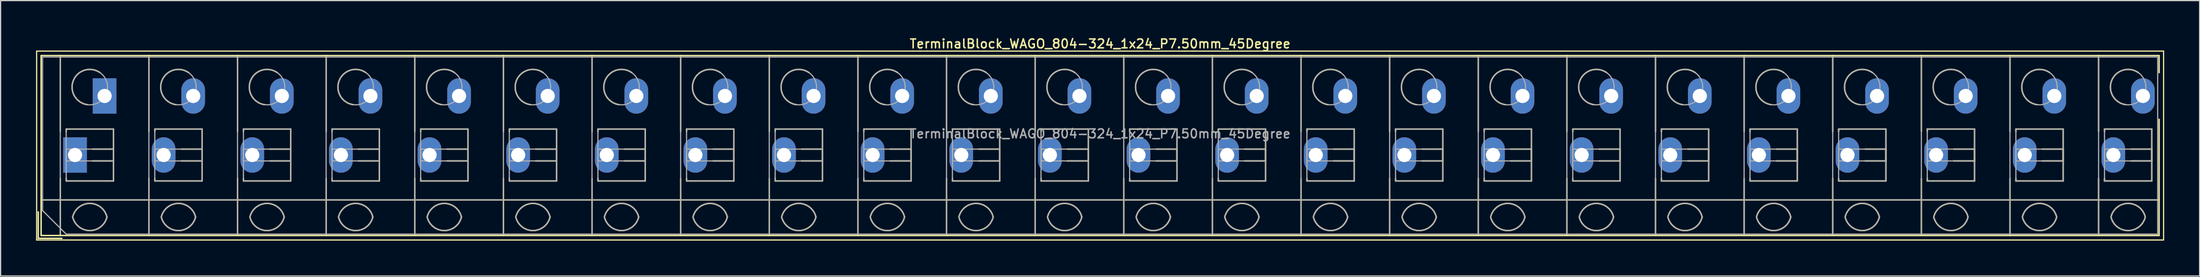
<source format=kicad_pcb>
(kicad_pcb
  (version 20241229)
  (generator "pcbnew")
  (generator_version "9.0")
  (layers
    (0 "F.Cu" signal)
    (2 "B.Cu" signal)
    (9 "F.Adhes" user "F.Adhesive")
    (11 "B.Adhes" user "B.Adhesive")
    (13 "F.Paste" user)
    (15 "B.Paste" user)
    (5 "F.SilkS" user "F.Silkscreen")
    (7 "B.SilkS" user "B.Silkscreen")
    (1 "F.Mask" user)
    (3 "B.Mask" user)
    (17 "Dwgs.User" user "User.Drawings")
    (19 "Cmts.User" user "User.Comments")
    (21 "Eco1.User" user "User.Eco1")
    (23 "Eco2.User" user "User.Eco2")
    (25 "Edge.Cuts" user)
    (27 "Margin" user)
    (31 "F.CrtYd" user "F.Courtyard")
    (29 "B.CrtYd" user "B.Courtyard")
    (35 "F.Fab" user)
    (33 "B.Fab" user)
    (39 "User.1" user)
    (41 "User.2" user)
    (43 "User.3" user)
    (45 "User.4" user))
  (footprint "TerminalBlock_WAGO_804-324_1x24_P7.50mm_45Degree"
    (layer "F.Cu")
    (at 3.3 10.078)
    (property "Reference" "TerminalBlock_WAGO_804-324_1x24_P7.50mm_45Degree" (at 86.75 -9.42 0) (layer "F.SilkS") (effects (font (size 0.75 0.75) (thickness 0.125))))
    (attr through_hole)
    (fp_line (start -3.25 -8.8) (end -3.25 7.2) (stroke (width 0.1) (type solid)) (layer "F.SilkS"))
    (fp_line (start -3.25 7.2) (end 176.75 7.2) (stroke (width 0.1) (type solid)) (layer "F.SilkS"))
    (fp_line (start -3.11 4.82) (end -3.11 7.06) (stroke (width 0.12) (type solid)) (layer "F.SilkS"))
    (fp_line (start -3.11 7.06) (end -1.11 7.06) (stroke (width 0.12) (type solid)) (layer "F.SilkS"))
    (fp_line (start -2.87 -8.42) (end -2.87 6.82) (stroke (width 0.12) (type solid)) (layer "F.SilkS"))
    (fp_line (start -2.87 -8.42) (end 176.37 -8.42) (stroke (width 0.12) (type solid)) (layer "F.SilkS"))
    (fp_line (start -2.87 3.8) (end 176.37 3.8) (stroke (width 0.12) (type solid)) (layer "F.SilkS"))
    (fp_line (start -2.87 6.82) (end 176.37 6.82) (stroke (width 0.12) (type solid)) (layer "F.SilkS"))
    (fp_line (start -1.25 -8.42) (end -1.25 -1.98) (stroke (width 0.12) (type solid)) (layer "F.SilkS"))
    (fp_line (start -1.25 1.98) (end -1.25 6.82) (stroke (width 0.12) (type solid)) (layer "F.SilkS"))
    (fp_line (start -0.75 -2.2) (end -0.75 -1.98) (stroke (width 0.12) (type solid)) (layer "F.SilkS"))
    (fp_line (start -0.75 -2.2) (end 3.25 -2.2) (stroke (width 0.12) (type solid)) (layer "F.SilkS"))
    (fp_line (start -0.75 1.98) (end -0.75 2.2) (stroke (width 0.12) (type solid)) (layer "F.SilkS"))
    (fp_line (start -0.75 2.2) (end 3.25 2.2) (stroke (width 0.12) (type solid)) (layer "F.SilkS"))
    (fp_line (start 1.48 -0.5) (end 3.25 -0.5) (stroke (width 0.12) (type solid)) (layer "F.SilkS"))
    (fp_line (start 1.48 0.5) (end 3.25 0.5) (stroke (width 0.12) (type solid)) (layer "F.SilkS"))
    (fp_line (start 3.25 -2.2) (end 3.25 2.2) (stroke (width 0.12) (type solid)) (layer "F.SilkS"))
    (fp_line (start 3.25 -0.5) (end 3.25 0.5) (stroke (width 0.12) (type solid)) (layer "F.SilkS"))
    (fp_line (start 6.25 -8.42) (end 6.25 -1.98) (stroke (width 0.12) (type solid)) (layer "F.SilkS"))
    (fp_line (start 6.25 1.98) (end 6.25 6.82) (stroke (width 0.12) (type solid)) (layer "F.SilkS"))
    (fp_line (start 6.75 -2.2) (end 6.75 -1.98) (stroke (width 0.12) (type solid)) (layer "F.SilkS"))
    (fp_line (start 6.75 -2.2) (end 10.75 -2.2) (stroke (width 0.12) (type solid)) (layer "F.SilkS"))
    (fp_line (start 6.75 1.98) (end 6.75 2.2) (stroke (width 0.12) (type solid)) (layer "F.SilkS"))
    (fp_line (start 6.75 2.2) (end 10.75 2.2) (stroke (width 0.12) (type solid)) (layer "F.SilkS"))
    (fp_line (start 8.98 -0.5) (end 10.75 -0.5) (stroke (width 0.12) (type solid)) (layer "F.SilkS"))
    (fp_line (start 8.98 0.5) (end 10.75 0.5) (stroke (width 0.12) (type solid)) (layer "F.SilkS"))
    (fp_line (start 10.75 -2.2) (end 10.75 2.2) (stroke (width 0.12) (type solid)) (layer "F.SilkS"))
    (fp_line (start 10.75 -0.5) (end 10.75 0.5) (stroke (width 0.12) (type solid)) (layer "F.SilkS"))
    (fp_line (start 13.75 -8.42) (end 13.75 -1.98) (stroke (width 0.12) (type solid)) (layer "F.SilkS"))
    (fp_line (start 13.75 1.98) (end 13.75 6.82) (stroke (width 0.12) (type solid)) (layer "F.SilkS"))
    (fp_line (start 14.25 -2.2) (end 14.25 -1.98) (stroke (width 0.12) (type solid)) (layer "F.SilkS"))
    (fp_line (start 14.25 -2.2) (end 18.25 -2.2) (stroke (width 0.12) (type solid)) (layer "F.SilkS"))
    (fp_line (start 14.25 1.98) (end 14.25 2.2) (stroke (width 0.12) (type solid)) (layer "F.SilkS"))
    (fp_line (start 14.25 2.2) (end 18.25 2.2) (stroke (width 0.12) (type solid)) (layer "F.SilkS"))
    (fp_line (start 16.48 -0.5) (end 18.25 -0.5) (stroke (width 0.12) (type solid)) (layer "F.SilkS"))
    (fp_line (start 16.48 0.5) (end 18.25 0.5) (stroke (width 0.12) (type solid)) (layer "F.SilkS"))
    (fp_line (start 18.25 -2.2) (end 18.25 2.2) (stroke (width 0.12) (type solid)) (layer "F.SilkS"))
    (fp_line (start 18.25 -0.5) (end 18.25 0.5) (stroke (width 0.12) (type solid)) (layer "F.SilkS"))
    (fp_line (start 21.25 -8.42) (end 21.25 -1.98) (stroke (width 0.12) (type solid)) (layer "F.SilkS"))
    (fp_line (start 21.25 1.98) (end 21.25 6.82) (stroke (width 0.12) (type solid)) (layer "F.SilkS"))
    (fp_line (start 21.75 -2.2) (end 21.75 -1.98) (stroke (width 0.12) (type solid)) (layer "F.SilkS"))
    (fp_line (start 21.75 -2.2) (end 25.75 -2.2) (stroke (width 0.12) (type solid)) (layer "F.SilkS"))
    (fp_line (start 21.75 1.98) (end 21.75 2.2) (stroke (width 0.12) (type solid)) (layer "F.SilkS"))
    (fp_line (start 21.75 2.2) (end 25.75 2.2) (stroke (width 0.12) (type solid)) (layer "F.SilkS"))
    (fp_line (start 23.98 -0.5) (end 25.75 -0.5) (stroke (width 0.12) (type solid)) (layer "F.SilkS"))
    (fp_line (start 23.98 0.5) (end 25.75 0.5) (stroke (width 0.12) (type solid)) (layer "F.SilkS"))
    (fp_line (start 25.75 -2.2) (end 25.75 2.2) (stroke (width 0.12) (type solid)) (layer "F.SilkS"))
    (fp_line (start 25.75 -0.5) (end 25.75 0.5) (stroke (width 0.12) (type solid)) (layer "F.SilkS"))
    (fp_line (start 28.75 -8.42) (end 28.75 -1.98) (stroke (width 0.12) (type solid)) (layer "F.SilkS"))
    (fp_line (start 28.75 1.98) (end 28.75 6.82) (stroke (width 0.12) (type solid)) (layer "F.SilkS"))
    (fp_line (start 29.25 -2.2) (end 29.25 -1.98) (stroke (width 0.12) (type solid)) (layer "F.SilkS"))
    (fp_line (start 29.25 -2.2) (end 33.25 -2.2) (stroke (width 0.12) (type solid)) (layer "F.SilkS"))
    (fp_line (start 29.25 1.98) (end 29.25 2.2) (stroke (width 0.12) (type solid)) (layer "F.SilkS"))
    (fp_line (start 29.25 2.2) (end 33.25 2.2) (stroke (width 0.12) (type solid)) (layer "F.SilkS"))
    (fp_line (start 31.48 -0.5) (end 33.25 -0.5) (stroke (width 0.12) (type solid)) (layer "F.SilkS"))
    (fp_line (start 31.48 0.5) (end 33.25 0.5) (stroke (width 0.12) (type solid)) (layer "F.SilkS"))
    (fp_line (start 33.25 -2.2) (end 33.25 2.2) (stroke (width 0.12) (type solid)) (layer "F.SilkS"))
    (fp_line (start 33.25 -0.5) (end 33.25 0.5) (stroke (width 0.12) (type solid)) (layer "F.SilkS"))
    (fp_line (start 36.25 -8.42) (end 36.25 -1.98) (stroke (width 0.12) (type solid)) (layer "F.SilkS"))
    (fp_line (start 36.25 1.98) (end 36.25 6.82) (stroke (width 0.12) (type solid)) (layer "F.SilkS"))
    (fp_line (start 36.75 -2.2) (end 36.75 -1.98) (stroke (width 0.12) (type solid)) (layer "F.SilkS"))
    (fp_line (start 36.75 -2.2) (end 40.75 -2.2) (stroke (width 0.12) (type solid)) (layer "F.SilkS"))
    (fp_line (start 36.75 1.98) (end 36.75 2.2) (stroke (width 0.12) (type solid)) (layer "F.SilkS"))
    (fp_line (start 36.75 2.2) (end 40.75 2.2) (stroke (width 0.12) (type solid)) (layer "F.SilkS"))
    (fp_line (start 38.98 -0.5) (end 40.75 -0.5) (stroke (width 0.12) (type solid)) (layer "F.SilkS"))
    (fp_line (start 38.98 0.5) (end 40.75 0.5) (stroke (width 0.12) (type solid)) (layer "F.SilkS"))
    (fp_line (start 40.75 -2.2) (end 40.75 2.2) (stroke (width 0.12) (type solid)) (layer "F.SilkS"))
    (fp_line (start 40.75 -0.5) (end 40.75 0.5) (stroke (width 0.12) (type solid)) (layer "F.SilkS"))
    (fp_line (start 43.75 -8.42) (end 43.75 -1.98) (stroke (width 0.12) (type solid)) (layer "F.SilkS"))
    (fp_line (start 43.75 1.98) (end 43.75 6.82) (stroke (width 0.12) (type solid)) (layer "F.SilkS"))
    (fp_line (start 44.25 -2.2) (end 44.25 -1.98) (stroke (width 0.12) (type solid)) (layer "F.SilkS"))
    (fp_line (start 44.25 -2.2) (end 48.25 -2.2) (stroke (width 0.12) (type solid)) (layer "F.SilkS"))
    (fp_line (start 44.25 1.98) (end 44.25 2.2) (stroke (width 0.12) (type solid)) (layer "F.SilkS"))
    (fp_line (start 44.25 2.2) (end 48.25 2.2) (stroke (width 0.12) (type solid)) (layer "F.SilkS"))
    (fp_line (start 46.48 -0.5) (end 48.25 -0.5) (stroke (width 0.12) (type solid)) (layer "F.SilkS"))
    (fp_line (start 46.48 0.5) (end 48.25 0.5) (stroke (width 0.12) (type solid)) (layer "F.SilkS"))
    (fp_line (start 48.25 -2.2) (end 48.25 2.2) (stroke (width 0.12) (type solid)) (layer "F.SilkS"))
    (fp_line (start 48.25 -0.5) (end 48.25 0.5) (stroke (width 0.12) (type solid)) (layer "F.SilkS"))
    (fp_line (start 51.25 -8.42) (end 51.25 -1.98) (stroke (width 0.12) (type solid)) (layer "F.SilkS"))
    (fp_line (start 51.25 1.98) (end 51.25 6.82) (stroke (width 0.12) (type solid)) (layer "F.SilkS"))
    (fp_line (start 51.75 -2.2) (end 51.75 -1.98) (stroke (width 0.12) (type solid)) (layer "F.SilkS"))
    (fp_line (start 51.75 -2.2) (end 55.75 -2.2) (stroke (width 0.12) (type solid)) (layer "F.SilkS"))
    (fp_line (start 51.75 1.98) (end 51.75 2.2) (stroke (width 0.12) (type solid)) (layer "F.SilkS"))
    (fp_line (start 51.75 2.2) (end 55.75 2.2) (stroke (width 0.12) (type solid)) (layer "F.SilkS"))
    (fp_line (start 53.98 -0.5) (end 55.75 -0.5) (stroke (width 0.12) (type solid)) (layer "F.SilkS"))
    (fp_line (start 53.98 0.5) (end 55.75 0.5) (stroke (width 0.12) (type solid)) (layer "F.SilkS"))
    (fp_line (start 55.75 -2.2) (end 55.75 2.2) (stroke (width 0.12) (type solid)) (layer "F.SilkS"))
    (fp_line (start 55.75 -0.5) (end 55.75 0.5) (stroke (width 0.12) (type solid)) (layer "F.SilkS"))
    (fp_line (start 58.75 -8.42) (end 58.75 -1.98) (stroke (width 0.12) (type solid)) (layer "F.SilkS"))
    (fp_line (start 58.75 1.98) (end 58.75 6.82) (stroke (width 0.12) (type solid)) (layer "F.SilkS"))
    (fp_line (start 59.25 -2.2) (end 59.25 -1.98) (stroke (width 0.12) (type solid)) (layer "F.SilkS"))
    (fp_line (start 59.25 -2.2) (end 63.25 -2.2) (stroke (width 0.12) (type solid)) (layer "F.SilkS"))
    (fp_line (start 59.25 1.98) (end 59.25 2.2) (stroke (width 0.12) (type solid)) (layer "F.SilkS"))
    (fp_line (start 59.25 2.2) (end 63.25 2.2) (stroke (width 0.12) (type solid)) (layer "F.SilkS"))
    (fp_line (start 61.48 -0.5) (end 63.25 -0.5) (stroke (width 0.12) (type solid)) (layer "F.SilkS"))
    (fp_line (start 61.48 0.5) (end 63.25 0.5) (stroke (width 0.12) (type solid)) (layer "F.SilkS"))
    (fp_line (start 63.25 -2.2) (end 63.25 2.2) (stroke (width 0.12) (type solid)) (layer "F.SilkS"))
    (fp_line (start 63.25 -0.5) (end 63.25 0.5) (stroke (width 0.12) (type solid)) (layer "F.SilkS"))
    (fp_line (start 66.25 -8.42) (end 66.25 -1.98) (stroke (width 0.12) (type solid)) (layer "F.SilkS"))
    (fp_line (start 66.25 1.98) (end 66.25 6.82) (stroke (width 0.12) (type solid)) (layer "F.SilkS"))
    (fp_line (start 66.75 -2.2) (end 66.75 -1.98) (stroke (width 0.12) (type solid)) (layer "F.SilkS"))
    (fp_line (start 66.75 -2.2) (end 70.75 -2.2) (stroke (width 0.12) (type solid)) (layer "F.SilkS"))
    (fp_line (start 66.75 1.98) (end 66.75 2.2) (stroke (width 0.12) (type solid)) (layer "F.SilkS"))
    (fp_line (start 66.75 2.2) (end 70.75 2.2) (stroke (width 0.12) (type solid)) (layer "F.SilkS"))
    (fp_line (start 68.98 -0.5) (end 70.75 -0.5) (stroke (width 0.12) (type solid)) (layer "F.SilkS"))
    (fp_line (start 68.98 0.5) (end 70.75 0.5) (stroke (width 0.12) (type solid)) (layer "F.SilkS"))
    (fp_line (start 70.75 -2.2) (end 70.75 2.2) (stroke (width 0.12) (type solid)) (layer "F.SilkS"))
    (fp_line (start 70.75 -0.5) (end 70.75 0.5) (stroke (width 0.12) (type solid)) (layer "F.SilkS"))
    (fp_line (start 73.75 -8.42) (end 73.75 -1.98) (stroke (width 0.12) (type solid)) (layer "F.SilkS"))
    (fp_line (start 73.75 1.98) (end 73.75 6.82) (stroke (width 0.12) (type solid)) (layer "F.SilkS"))
    (fp_line (start 74.25 -2.2) (end 74.25 -1.98) (stroke (width 0.12) (type solid)) (layer "F.SilkS"))
    (fp_line (start 74.25 -2.2) (end 78.25 -2.2) (stroke (width 0.12) (type solid)) (layer "F.SilkS"))
    (fp_line (start 74.25 1.98) (end 74.25 2.2) (stroke (width 0.12) (type solid)) (layer "F.SilkS"))
    (fp_line (start 74.25 2.2) (end 78.25 2.2) (stroke (width 0.12) (type solid)) (layer "F.SilkS"))
    (fp_line (start 76.48 -0.5) (end 78.25 -0.5) (stroke (width 0.12) (type solid)) (layer "F.SilkS"))
    (fp_line (start 76.48 0.5) (end 78.25 0.5) (stroke (width 0.12) (type solid)) (layer "F.SilkS"))
    (fp_line (start 78.25 -2.2) (end 78.25 2.2) (stroke (width 0.12) (type solid)) (layer "F.SilkS"))
    (fp_line (start 78.25 -0.5) (end 78.25 0.5) (stroke (width 0.12) (type solid)) (layer "F.SilkS"))
    (fp_line (start 81.25 -8.42) (end 81.25 -1.98) (stroke (width 0.12) (type solid)) (layer "F.SilkS"))
    (fp_line (start 81.25 1.98) (end 81.25 6.82) (stroke (width 0.12) (type solid)) (layer "F.SilkS"))
    (fp_line (start 81.75 -2.2) (end 81.75 -1.98) (stroke (width 0.12) (type solid)) (layer "F.SilkS"))
    (fp_line (start 81.75 -2.2) (end 85.75 -2.2) (stroke (width 0.12) (type solid)) (layer "F.SilkS"))
    (fp_line (start 81.75 1.98) (end 81.75 2.2) (stroke (width 0.12) (type solid)) (layer "F.SilkS"))
    (fp_line (start 81.75 2.2) (end 85.75 2.2) (stroke (width 0.12) (type solid)) (layer "F.SilkS"))
    (fp_line (start 83.98 -0.5) (end 85.75 -0.5) (stroke (width 0.12) (type solid)) (layer "F.SilkS"))
    (fp_line (start 83.98 0.5) (end 85.75 0.5) (stroke (width 0.12) (type solid)) (layer "F.SilkS"))
    (fp_line (start 85.75 -2.2) (end 85.75 2.2) (stroke (width 0.12) (type solid)) (layer "F.SilkS"))
    (fp_line (start 85.75 -0.5) (end 85.75 0.5) (stroke (width 0.12) (type solid)) (layer "F.SilkS"))
    (fp_line (start 88.75 -8.42) (end 88.75 -1.98) (stroke (width 0.12) (type solid)) (layer "F.SilkS"))
    (fp_line (start 88.75 1.98) (end 88.75 6.82) (stroke (width 0.12) (type solid)) (layer "F.SilkS"))
    (fp_line (start 89.25 -2.2) (end 89.25 -1.98) (stroke (width 0.12) (type solid)) (layer "F.SilkS"))
    (fp_line (start 89.25 -2.2) (end 93.25 -2.2) (stroke (width 0.12) (type solid)) (layer "F.SilkS"))
    (fp_line (start 89.25 1.98) (end 89.25 2.2) (stroke (width 0.12) (type solid)) (layer "F.SilkS"))
    (fp_line (start 89.25 2.2) (end 93.25 2.2) (stroke (width 0.12) (type solid)) (layer "F.SilkS"))
    (fp_line (start 91.48 -0.5) (end 93.25 -0.5) (stroke (width 0.12) (type solid)) (layer "F.SilkS"))
    (fp_line (start 91.48 0.5) (end 93.25 0.5) (stroke (width 0.12) (type solid)) (layer "F.SilkS"))
    (fp_line (start 93.25 -2.2) (end 93.25 2.2) (stroke (width 0.12) (type solid)) (layer "F.SilkS"))
    (fp_line (start 93.25 -0.5) (end 93.25 0.5) (stroke (width 0.12) (type solid)) (layer "F.SilkS"))
    (fp_line (start 96.25 -8.42) (end 96.25 -1.98) (stroke (width 0.12) (type solid)) (layer "F.SilkS"))
    (fp_line (start 96.25 1.98) (end 96.25 6.82) (stroke (width 0.12) (type solid)) (layer "F.SilkS"))
    (fp_line (start 96.75 -2.2) (end 96.75 -1.98) (stroke (width 0.12) (type solid)) (layer "F.SilkS"))
    (fp_line (start 96.75 -2.2) (end 100.75 -2.2) (stroke (width 0.12) (type solid)) (layer "F.SilkS"))
    (fp_line (start 96.75 1.98) (end 96.75 2.2) (stroke (width 0.12) (type solid)) (layer "F.SilkS"))
    (fp_line (start 96.75 2.2) (end 100.75 2.2) (stroke (width 0.12) (type solid)) (layer "F.SilkS"))
    (fp_line (start 98.98 -0.5) (end 100.75 -0.5) (stroke (width 0.12) (type solid)) (layer "F.SilkS"))
    (fp_line (start 98.98 0.5) (end 100.75 0.5) (stroke (width 0.12) (type solid)) (layer "F.SilkS"))
    (fp_line (start 100.75 -2.2) (end 100.75 2.2) (stroke (width 0.12) (type solid)) (layer "F.SilkS"))
    (fp_line (start 100.75 -0.5) (end 100.75 0.5) (stroke (width 0.12) (type solid)) (layer "F.SilkS"))
    (fp_line (start 103.75 -8.42) (end 103.75 -1.98) (stroke (width 0.12) (type solid)) (layer "F.SilkS"))
    (fp_line (start 103.75 1.98) (end 103.75 6.82) (stroke (width 0.12) (type solid)) (layer "F.SilkS"))
    (fp_line (start 104.25 -2.2) (end 104.25 -1.98) (stroke (width 0.12) (type solid)) (layer "F.SilkS"))
    (fp_line (start 104.25 -2.2) (end 108.25 -2.2) (stroke (width 0.12) (type solid)) (layer "F.SilkS"))
    (fp_line (start 104.25 1.98) (end 104.25 2.2) (stroke (width 0.12) (type solid)) (layer "F.SilkS"))
    (fp_line (start 104.25 2.2) (end 108.25 2.2) (stroke (width 0.12) (type solid)) (layer "F.SilkS"))
    (fp_line (start 106.48 -0.5) (end 108.25 -0.5) (stroke (width 0.12) (type solid)) (layer "F.SilkS"))
    (fp_line (start 106.48 0.5) (end 108.25 0.5) (stroke (width 0.12) (type solid)) (layer "F.SilkS"))
    (fp_line (start 108.25 -2.2) (end 108.25 2.2) (stroke (width 0.12) (type solid)) (layer "F.SilkS"))
    (fp_line (start 108.25 -0.5) (end 108.25 0.5) (stroke (width 0.12) (type solid)) (layer "F.SilkS"))
    (fp_line (start 111.25 -8.42) (end 111.25 -1.98) (stroke (width 0.12) (type solid)) (layer "F.SilkS"))
    (fp_line (start 111.25 1.98) (end 111.25 6.82) (stroke (width 0.12) (type solid)) (layer "F.SilkS"))
    (fp_line (start 111.75 -2.2) (end 111.75 -1.98) (stroke (width 0.12) (type solid)) (layer "F.SilkS"))
    (fp_line (start 111.75 -2.2) (end 115.75 -2.2) (stroke (width 0.12) (type solid)) (layer "F.SilkS"))
    (fp_line (start 111.75 1.98) (end 111.75 2.2) (stroke (width 0.12) (type solid)) (layer "F.SilkS"))
    (fp_line (start 111.75 2.2) (end 115.75 2.2) (stroke (width 0.12) (type solid)) (layer "F.SilkS"))
    (fp_line (start 113.98 -0.5) (end 115.75 -0.5) (stroke (width 0.12) (type solid)) (layer "F.SilkS"))
    (fp_line (start 113.98 0.5) (end 115.75 0.5) (stroke (width 0.12) (type solid)) (layer "F.SilkS"))
    (fp_line (start 115.75 -2.2) (end 115.75 2.2) (stroke (width 0.12) (type solid)) (layer "F.SilkS"))
    (fp_line (start 115.75 -0.5) (end 115.75 0.5) (stroke (width 0.12) (type solid)) (layer "F.SilkS"))
    (fp_line (start 118.75 -8.42) (end 118.75 -1.98) (stroke (width 0.12) (type solid)) (layer "F.SilkS"))
    (fp_line (start 118.75 1.98) (end 118.75 6.82) (stroke (width 0.12) (type solid)) (layer "F.SilkS"))
    (fp_line (start 119.25 -2.2) (end 119.25 -1.98) (stroke (width 0.12) (type solid)) (layer "F.SilkS"))
    (fp_line (start 119.25 -2.2) (end 123.25 -2.2) (stroke (width 0.12) (type solid)) (layer "F.SilkS"))
    (fp_line (start 119.25 1.98) (end 119.25 2.2) (stroke (width 0.12) (type solid)) (layer "F.SilkS"))
    (fp_line (start 119.25 2.2) (end 123.25 2.2) (stroke (width 0.12) (type solid)) (layer "F.SilkS"))
    (fp_line (start 121.48 -0.5) (end 123.25 -0.5) (stroke (width 0.12) (type solid)) (layer "F.SilkS"))
    (fp_line (start 121.48 0.5) (end 123.25 0.5) (stroke (width 0.12) (type solid)) (layer "F.SilkS"))
    (fp_line (start 123.25 -2.2) (end 123.25 2.2) (stroke (width 0.12) (type solid)) (layer "F.SilkS"))
    (fp_line (start 123.25 -0.5) (end 123.25 0.5) (stroke (width 0.12) (type solid)) (layer "F.SilkS"))
    (fp_line (start 126.25 -8.42) (end 126.25 -1.98) (stroke (width 0.12) (type solid)) (layer "F.SilkS"))
    (fp_line (start 126.25 1.98) (end 126.25 6.82) (stroke (width 0.12) (type solid)) (layer "F.SilkS"))
    (fp_line (start 126.75 -2.2) (end 126.75 -1.98) (stroke (width 0.12) (type solid)) (layer "F.SilkS"))
    (fp_line (start 126.75 -2.2) (end 130.75 -2.2) (stroke (width 0.12) (type solid)) (layer "F.SilkS"))
    (fp_line (start 126.75 1.98) (end 126.75 2.2) (stroke (width 0.12) (type solid)) (layer "F.SilkS"))
    (fp_line (start 126.75 2.2) (end 130.75 2.2) (stroke (width 0.12) (type solid)) (layer "F.SilkS"))
    (fp_line (start 128.98 -0.5) (end 130.75 -0.5) (stroke (width 0.12) (type solid)) (layer "F.SilkS"))
    (fp_line (start 128.98 0.5) (end 130.75 0.5) (stroke (width 0.12) (type solid)) (layer "F.SilkS"))
    (fp_line (start 130.75 -2.2) (end 130.75 2.2) (stroke (width 0.12) (type solid)) (layer "F.SilkS"))
    (fp_line (start 130.75 -0.5) (end 130.75 0.5) (stroke (width 0.12) (type solid)) (layer "F.SilkS"))
    (fp_line (start 133.75 -8.42) (end 133.75 -1.98) (stroke (width 0.12) (type solid)) (layer "F.SilkS"))
    (fp_line (start 133.75 1.98) (end 133.75 6.82) (stroke (width 0.12) (type solid)) (layer "F.SilkS"))
    (fp_line (start 134.25 -2.2) (end 134.25 -1.98) (stroke (width 0.12) (type solid)) (layer "F.SilkS"))
    (fp_line (start 134.25 -2.2) (end 138.25 -2.2) (stroke (width 0.12) (type solid)) (layer "F.SilkS"))
    (fp_line (start 134.25 1.98) (end 134.25 2.2) (stroke (width 0.12) (type solid)) (layer "F.SilkS"))
    (fp_line (start 134.25 2.2) (end 138.25 2.2) (stroke (width 0.12) (type solid)) (layer "F.SilkS"))
    (fp_line (start 136.48 -0.5) (end 138.25 -0.5) (stroke (width 0.12) (type solid)) (layer "F.SilkS"))
    (fp_line (start 136.48 0.5) (end 138.25 0.5) (stroke (width 0.12) (type solid)) (layer "F.SilkS"))
    (fp_line (start 138.25 -2.2) (end 138.25 2.2) (stroke (width 0.12) (type solid)) (layer "F.SilkS"))
    (fp_line (start 138.25 -0.5) (end 138.25 0.5) (stroke (width 0.12) (type solid)) (layer "F.SilkS"))
    (fp_line (start 141.25 -8.42) (end 141.25 -1.98) (stroke (width 0.12) (type solid)) (layer "F.SilkS"))
    (fp_line (start 141.25 1.98) (end 141.25 6.82) (stroke (width 0.12) (type solid)) (layer "F.SilkS"))
    (fp_line (start 141.75 -2.2) (end 141.75 -1.98) (stroke (width 0.12) (type solid)) (layer "F.SilkS"))
    (fp_line (start 141.75 -2.2) (end 145.75 -2.2) (stroke (width 0.12) (type solid)) (layer "F.SilkS"))
    (fp_line (start 141.75 1.98) (end 141.75 2.2) (stroke (width 0.12) (type solid)) (layer "F.SilkS"))
    (fp_line (start 141.75 2.2) (end 145.75 2.2) (stroke (width 0.12) (type solid)) (layer "F.SilkS"))
    (fp_line (start 143.98 -0.5) (end 145.75 -0.5) (stroke (width 0.12) (type solid)) (layer "F.SilkS"))
    (fp_line (start 143.98 0.5) (end 145.75 0.5) (stroke (width 0.12) (type solid)) (layer "F.SilkS"))
    (fp_line (start 145.75 -2.2) (end 145.75 2.2) (stroke (width 0.12) (type solid)) (layer "F.SilkS"))
    (fp_line (start 145.75 -0.5) (end 145.75 0.5) (stroke (width 0.12) (type solid)) (layer "F.SilkS"))
    (fp_line (start 148.75 -8.42) (end 148.75 -1.98) (stroke (width 0.12) (type solid)) (layer "F.SilkS"))
    (fp_line (start 148.75 1.98) (end 148.75 6.82) (stroke (width 0.12) (type solid)) (layer "F.SilkS"))
    (fp_line (start 149.25 -2.2) (end 149.25 -1.98) (stroke (width 0.12) (type solid)) (layer "F.SilkS"))
    (fp_line (start 149.25 -2.2) (end 153.25 -2.2) (stroke (width 0.12) (type solid)) (layer "F.SilkS"))
    (fp_line (start 149.25 1.98) (end 149.25 2.2) (stroke (width 0.12) (type solid)) (layer "F.SilkS"))
    (fp_line (start 149.25 2.2) (end 153.25 2.2) (stroke (width 0.12) (type solid)) (layer "F.SilkS"))
    (fp_line (start 151.48 -0.5) (end 153.25 -0.5) (stroke (width 0.12) (type solid)) (layer "F.SilkS"))
    (fp_line (start 151.48 0.5) (end 153.25 0.5) (stroke (width 0.12) (type solid)) (layer "F.SilkS"))
    (fp_line (start 153.25 -2.2) (end 153.25 2.2) (stroke (width 0.12) (type solid)) (layer "F.SilkS"))
    (fp_line (start 153.25 -0.5) (end 153.25 0.5) (stroke (width 0.12) (type solid)) (layer "F.SilkS"))
    (fp_line (start 156.25 -8.42) (end 156.25 -1.98) (stroke (width 0.12) (type solid)) (layer "F.SilkS"))
    (fp_line (start 156.25 1.98) (end 156.25 6.82) (stroke (width 0.12) (type solid)) (layer "F.SilkS"))
    (fp_line (start 156.75 -2.2) (end 156.75 -1.98) (stroke (width 0.12) (type solid)) (layer "F.SilkS"))
    (fp_line (start 156.75 -2.2) (end 160.75 -2.2) (stroke (width 0.12) (type solid)) (layer "F.SilkS"))
    (fp_line (start 156.75 1.98) (end 156.75 2.2) (stroke (width 0.12) (type solid)) (layer "F.SilkS"))
    (fp_line (start 156.75 2.2) (end 160.75 2.2) (stroke (width 0.12) (type solid)) (layer "F.SilkS"))
    (fp_line (start 158.98 -0.5) (end 160.75 -0.5) (stroke (width 0.12) (type solid)) (layer "F.SilkS"))
    (fp_line (start 158.98 0.5) (end 160.75 0.5) (stroke (width 0.12) (type solid)) (layer "F.SilkS"))
    (fp_line (start 160.75 -2.2) (end 160.75 2.2) (stroke (width 0.12) (type solid)) (layer "F.SilkS"))
    (fp_line (start 160.75 -0.5) (end 160.75 0.5) (stroke (width 0.12) (type solid)) (layer "F.SilkS"))
    (fp_line (start 163.75 -8.42) (end 163.75 -1.98) (stroke (width 0.12) (type solid)) (layer "F.SilkS"))
    (fp_line (start 163.75 1.98) (end 163.75 6.82) (stroke (width 0.12) (type solid)) (layer "F.SilkS"))
    (fp_line (start 164.25 -2.2) (end 164.25 -1.98) (stroke (width 0.12) (type solid)) (layer "F.SilkS"))
    (fp_line (start 164.25 -2.2) (end 168.25 -2.2) (stroke (width 0.12) (type solid)) (layer "F.SilkS"))
    (fp_line (start 164.25 1.98) (end 164.25 2.2) (stroke (width 0.12) (type solid)) (layer "F.SilkS"))
    (fp_line (start 164.25 2.2) (end 168.25 2.2) (stroke (width 0.12) (type solid)) (layer "F.SilkS"))
    (fp_line (start 166.48 -0.5) (end 168.25 -0.5) (stroke (width 0.12) (type solid)) (layer "F.SilkS"))
    (fp_line (start 166.48 0.5) (end 168.25 0.5) (stroke (width 0.12) (type solid)) (layer "F.SilkS"))
    (fp_line (start 168.25 -2.2) (end 168.25 2.2) (stroke (width 0.12) (type solid)) (layer "F.SilkS"))
    (fp_line (start 168.25 -0.5) (end 168.25 0.5) (stroke (width 0.12) (type solid)) (layer "F.SilkS"))
    (fp_line (start 171.25 -8.42) (end 171.25 -1.98) (stroke (width 0.12) (type solid)) (layer "F.SilkS"))
    (fp_line (start 171.25 1.98) (end 171.25 6.82) (stroke (width 0.12) (type solid)) (layer "F.SilkS"))
    (fp_line (start 171.75 -2.2) (end 171.75 -1.98) (stroke (width 0.12) (type solid)) (layer "F.SilkS"))
    (fp_line (start 171.75 -2.2) (end 175.75 -2.2) (stroke (width 0.12) (type solid)) (layer "F.SilkS"))
    (fp_line (start 171.75 1.98) (end 171.75 2.2) (stroke (width 0.12) (type solid)) (layer "F.SilkS"))
    (fp_line (start 171.75 2.2) (end 175.75 2.2) (stroke (width 0.12) (type solid)) (layer "F.SilkS"))
    (fp_line (start 173.98 -0.5) (end 175.75 -0.5) (stroke (width 0.12) (type solid)) (layer "F.SilkS"))
    (fp_line (start 173.98 0.5) (end 175.75 0.5) (stroke (width 0.12) (type solid)) (layer "F.SilkS"))
    (fp_line (start 175.75 -2.2) (end 175.75 2.2) (stroke (width 0.12) (type solid)) (layer "F.SilkS"))
    (fp_line (start 175.75 -0.5) (end 175.75 0.5) (stroke (width 0.12) (type solid)) (layer "F.SilkS"))
    (fp_line (start 176.37 -8.42) (end 176.37 -6.98) (stroke (width 0.12) (type solid)) (layer "F.SilkS"))
    (fp_line (start 176.37 -3.02) (end 176.37 6.82) (stroke (width 0.12) (type solid)) (layer "F.SilkS"))
    (fp_line (start 176.75 -8.8) (end -3.25 -8.8) (stroke (width 0.1) (type solid)) (layer "F.SilkS"))
    (fp_line (start 176.75 7.2) (end 176.75 -8.8) (stroke (width 0.1) (type solid)) (layer "F.SilkS"))
    (fp_arc (start -0.200865 5.250424) (mid 1.250296 4.099926) (end 2.701 5.251) (stroke (width 0.12) (type solid)) (layer "F.SilkS"))
    (fp_arc (start 1.040798 -4.264067) (mid -0.146039 -6.300306) (end 2.111 -6.979) (stroke (width 0.12) (type solid)) (layer "F.SilkS"))
    (fp_arc (start 2.7 5.25) (mid 1.250068 6.400101) (end -0.199969 5.250133) (stroke (width 0.12) (type solid)) (layer "F.SilkS"))
    (fp_arc (start 7.299135 5.250424) (mid 8.750296 4.099926) (end 10.201 5.251) (stroke (width 0.12) (type solid)) (layer "F.SilkS"))
    (fp_arc (start 8.540798 -4.264067) (mid 7.353961 -6.300306) (end 9.611 -6.979) (stroke (width 0.12) (type solid)) (layer "F.SilkS"))
    (fp_arc (start 10.2 5.25) (mid 8.750068 6.400101) (end 7.300031 5.250133) (stroke (width 0.12) (type solid)) (layer "F.SilkS"))
    (fp_arc (start 14.799135 5.250424) (mid 16.250296 4.099926) (end 17.701 5.251) (stroke (width 0.12) (type solid)) (layer "F.SilkS"))
    (fp_arc (start 16.040798 -4.264067) (mid 14.853961 -6.300306) (end 17.111 -6.979) (stroke (width 0.12) (type solid)) (layer "F.SilkS"))
    (fp_arc (start 17.7 5.25) (mid 16.250068 6.400101) (end 14.800031 5.250133) (stroke (width 0.12) (type solid)) (layer "F.SilkS"))
    (fp_arc (start 22.299135 5.250424) (mid 23.750296 4.099926) (end 25.201 5.251) (stroke (width 0.12) (type solid)) (layer "F.SilkS"))
    (fp_arc (start 23.540798 -4.264067) (mid 22.353961 -6.300306) (end 24.611 -6.979) (stroke (width 0.12) (type solid)) (layer "F.SilkS"))
    (fp_arc (start 25.2 5.25) (mid 23.750068 6.400101) (end 22.300031 5.250133) (stroke (width 0.12) (type solid)) (layer "F.SilkS"))
    (fp_arc (start 29.799135 5.250424) (mid 31.250296 4.099926) (end 32.701 5.251) (stroke (width 0.12) (type solid)) (layer "F.SilkS"))
    (fp_arc (start 31.040798 -4.264067) (mid 29.853961 -6.300306) (end 32.111 -6.979) (stroke (width 0.12) (type solid)) (layer "F.SilkS"))
    (fp_arc (start 32.701 5.25) (mid 31.250296 6.401074) (end 29.799135 5.250576) (stroke (width 0.12) (type solid)) (layer "F.SilkS"))
    (fp_arc (start 37.299135 5.250424) (mid 38.750296 4.099926) (end 40.201 5.251) (stroke (width 0.12) (type solid)) (layer "F.SilkS"))
    (fp_arc (start 38.540798 -4.264067) (mid 37.353961 -6.300306) (end 39.611 -6.979) (stroke (width 0.12) (type solid)) (layer "F.SilkS"))
    (fp_arc (start 40.2 5.25) (mid 38.750068 6.400101) (end 37.300031 5.250133) (stroke (width 0.12) (type solid)) (layer "F.SilkS"))
    (fp_arc (start 44.799135 5.250424) (mid 46.250296 4.099926) (end 47.701 5.251) (stroke (width 0.12) (type solid)) (layer "F.SilkS"))
    (fp_arc (start 46.040798 -4.264067) (mid 44.853961 -6.300306) (end 47.111 -6.979) (stroke (width 0.12) (type solid)) (layer "F.SilkS"))
    (fp_arc (start 47.7 5.25) (mid 46.250068 6.400101) (end 44.800031 5.250133) (stroke (width 0.12) (type solid)) (layer "F.SilkS"))
    (fp_arc (start 52.299135 5.250424) (mid 53.750296 4.099926) (end 55.201 5.251) (stroke (width 0.12) (type solid)) (layer "F.SilkS"))
    (fp_arc (start 53.540798 -4.264067) (mid 52.353961 -6.300306) (end 54.611 -6.979) (stroke (width 0.12) (type solid)) (layer "F.SilkS"))
    (fp_arc (start 55.2 5.25) (mid 53.750068 6.400101) (end 52.300031 5.250133) (stroke (width 0.12) (type solid)) (layer "F.SilkS"))
    (fp_arc (start 59.799135 5.250424) (mid 61.250296 4.099926) (end 62.701 5.251) (stroke (width 0.12) (type solid)) (layer "F.SilkS"))
    (fp_arc (start 61.040798 -4.264067) (mid 59.853961 -6.300306) (end 62.111 -6.979) (stroke (width 0.12) (type solid)) (layer "F.SilkS"))
    (fp_arc (start 62.7 5.25) (mid 61.250068 6.400101) (end 59.800031 5.250133) (stroke (width 0.12) (type solid)) (layer "F.SilkS"))
    (fp_arc (start 67.299135 5.250424) (mid 68.750296 4.099926) (end 70.201 5.251) (stroke (width 0.12) (type solid)) (layer "F.SilkS"))
    (fp_arc (start 68.540798 -4.264067) (mid 67.353961 -6.300306) (end 69.611 -6.979) (stroke (width 0.12) (type solid)) (layer "F.SilkS"))
    (fp_arc (start 70.2 5.25) (mid 68.750068 6.400101) (end 67.300031 5.250133) (stroke (width 0.12) (type solid)) (layer "F.SilkS"))
    (fp_arc (start 74.799135 5.250424) (mid 76.250296 4.099926) (end 77.701 5.251) (stroke (width 0.12) (type solid)) (layer "F.SilkS"))
    (fp_arc (start 76.040798 -4.264067) (mid 74.853961 -6.300306) (end 77.111 -6.979) (stroke (width 0.12) (type solid)) (layer "F.SilkS"))
    (fp_arc (start 77.7 5.25) (mid 76.250068 6.400101) (end 74.800031 5.250133) (stroke (width 0.12) (type solid)) (layer "F.SilkS"))
    (fp_arc (start 82.299135 5.250424) (mid 83.750296 4.099926) (end 85.201 5.251) (stroke (width 0.12) (type solid)) (layer "F.SilkS"))
    (fp_arc (start 83.540798 -4.264067) (mid 82.353961 -6.300306) (end 84.611 -6.979) (stroke (width 0.12) (type solid)) (layer "F.SilkS"))
    (fp_arc (start 85.2 5.25) (mid 83.750068 6.400101) (end 82.300031 5.250133) (stroke (width 0.12) (type solid)) (layer "F.SilkS"))
    (fp_arc (start 89.799135 5.250424) (mid 91.250296 4.099926) (end 92.701 5.251) (stroke (width 0.12) (type solid)) (layer "F.SilkS"))
    (fp_arc (start 91.040798 -4.264067) (mid 89.853961 -6.300306) (end 92.111 -6.979) (stroke (width 0.12) (type solid)) (layer "F.SilkS"))
    (fp_arc (start 92.7 5.25) (mid 91.250068 6.400101) (end 89.800031 5.250133) (stroke (width 0.12) (type solid)) (layer "F.SilkS"))
    (fp_arc (start 97.299135 5.250424) (mid 98.750296 4.099926) (end 100.201 5.251) (stroke (width 0.12) (type solid)) (layer "F.SilkS"))
    (fp_arc (start 98.540798 -4.264067) (mid 97.353961 -6.300306) (end 99.611 -6.979) (stroke (width 0.12) (type solid)) (layer "F.SilkS"))
    (fp_arc (start 100.2 5.25) (mid 98.750068 6.400101) (end 97.300031 5.250133) (stroke (width 0.12) (type solid)) (layer "F.SilkS"))
    (fp_arc (start 104.799135 5.250424) (mid 106.250296 4.099926) (end 107.701 5.251) (stroke (width 0.12) (type solid)) (layer "F.SilkS"))
    (fp_arc (start 106.040798 -4.264067) (mid 104.853961 -6.300306) (end 107.111 -6.979) (stroke (width 0.12) (type solid)) (layer "F.SilkS"))
    (fp_arc (start 107.7 5.25) (mid 106.250068 6.400101) (end 104.800031 5.250133) (stroke (width 0.12) (type solid)) (layer "F.SilkS"))
    (fp_arc (start 112.299135 5.250424) (mid 113.750296 4.099926) (end 115.201 5.251) (stroke (width 0.12) (type solid)) (layer "F.SilkS"))
    (fp_arc (start 113.540798 -4.264067) (mid 112.353961 -6.300306) (end 114.611 -6.979) (stroke (width 0.12) (type solid)) (layer "F.SilkS"))
    (fp_arc (start 115.2 5.25) (mid 113.750068 6.400101) (end 112.300031 5.250133) (stroke (width 0.12) (type solid)) (layer "F.SilkS"))
    (fp_arc (start 119.799135 5.250424) (mid 121.250296 4.099926) (end 122.701 5.251) (stroke (width 0.12) (type solid)) (layer "F.SilkS"))
    (fp_arc (start 121.040798 -4.264067) (mid 119.853961 -6.300306) (end 122.111 -6.979) (stroke (width 0.12) (type solid)) (layer "F.SilkS"))
    (fp_arc (start 122.7 5.25) (mid 121.250068 6.400101) (end 119.800031 5.250133) (stroke (width 0.12) (type solid)) (layer "F.SilkS"))
    (fp_arc (start 127.299135 5.250424) (mid 128.750296 4.099926) (end 130.201 5.251) (stroke (width 0.12) (type solid)) (layer "F.SilkS"))
    (fp_arc (start 128.540798 -4.264067) (mid 127.353961 -6.300306) (end 129.611 -6.979) (stroke (width 0.12) (type solid)) (layer "F.SilkS"))
    (fp_arc (start 130.2 5.25) (mid 128.750068 6.400101) (end 127.300031 5.250133) (stroke (width 0.12) (type solid)) (layer "F.SilkS"))
    (fp_arc (start 134.799135 5.250424) (mid 136.250296 4.099926) (end 137.701 5.251) (stroke (width 0.12) (type solid)) (layer "F.SilkS"))
    (fp_arc (start 136.040798 -4.264067) (mid 134.853961 -6.300306) (end 137.111 -6.979) (stroke (width 0.12) (type solid)) (layer "F.SilkS"))
    (fp_arc (start 137.7 5.25) (mid 136.250068 6.400101) (end 134.800031 5.250133) (stroke (width 0.12) (type solid)) (layer "F.SilkS"))
    (fp_arc (start 142.299135 5.250424) (mid 143.750296 4.099926) (end 145.201 5.251) (stroke (width 0.12) (type solid)) (layer "F.SilkS"))
    (fp_arc (start 143.540798 -4.264067) (mid 142.353961 -6.300306) (end 144.611 -6.979) (stroke (width 0.12) (type solid)) (layer "F.SilkS"))
    (fp_arc (start 145.2 5.25) (mid 143.750068 6.400101) (end 142.300031 5.250133) (stroke (width 0.12) (type solid)) (layer "F.SilkS"))
    (fp_arc (start 149.799135 5.250424) (mid 151.250296 4.099926) (end 152.701 5.251) (stroke (width 0.12) (type solid)) (layer "F.SilkS"))
    (fp_arc (start 151.040798 -4.264067) (mid 149.853961 -6.300306) (end 152.111 -6.979) (stroke (width 0.12) (type solid)) (layer "F.SilkS"))
    (fp_arc (start 152.7 5.25) (mid 151.250068 6.400101) (end 149.800031 5.250133) (stroke (width 0.12) (type solid)) (layer "F.SilkS"))
    (fp_arc (start 157.299135 5.250424) (mid 158.750296 4.099926) (end 160.201 5.251) (stroke (width 0.12) (type solid)) (layer "F.SilkS"))
    (fp_arc (start 158.540798 -4.264067) (mid 157.353961 -6.300306) (end 159.611 -6.979) (stroke (width 0.12) (type solid)) (layer "F.SilkS"))
    (fp_arc (start 160.2 5.25) (mid 158.750068 6.400101) (end 157.300031 5.250133) (stroke (width 0.12) (type solid)) (layer "F.SilkS"))
    (fp_arc (start 164.799135 5.250424) (mid 166.250296 4.099926) (end 167.701 5.251) (stroke (width 0.12) (type solid)) (layer "F.SilkS"))
    (fp_arc (start 166.040798 -4.264067) (mid 164.853961 -6.300306) (end 167.111 -6.979) (stroke (width 0.12) (type solid)) (layer "F.SilkS"))
    (fp_arc (start 167.7 5.25) (mid 166.250068 6.400101) (end 164.800031 5.250133) (stroke (width 0.12) (type solid)) (layer "F.SilkS"))
    (fp_arc (start 172.299135 5.250424) (mid 173.750296 4.099926) (end 175.201 5.251) (stroke (width 0.12) (type solid)) (layer "F.SilkS"))
    (fp_arc (start 173.540798 -4.264067) (mid 172.353961 -6.300306) (end 174.611 -6.979) (stroke (width 0.12) (type solid)) (layer "F.SilkS"))
    (fp_arc (start 175.2 5.25) (mid 173.750068 6.400101) (end 172.300031 5.250133) (stroke (width 0.12) (type solid)) (layer "F.SilkS"))
    (fp_line (start -2.75 -8.3) (end 176.25 -8.3) (stroke (width 0.1) (type solid)) (layer "F.Fab"))
    (fp_line (start -2.75 3.8) (end 176.25 3.8) (stroke (width 0.1) (type solid)) (layer "F.Fab"))
    (fp_line (start -2.75 4.7) (end -2.75 -8.3) (stroke (width 0.1) (type solid)) (layer "F.Fab"))
    (fp_line (start -1.25 -8.3) (end -1.25 6.7) (stroke (width 0.1) (type solid)) (layer "F.Fab"))
    (fp_line (start -0.75 -2.2) (end -0.75 2.2) (stroke (width 0.1) (type solid)) (layer "F.Fab"))
    (fp_line (start -0.75 -0.5) (end -0.75 0.5) (stroke (width 0.1) (type solid)) (layer "F.Fab"))
    (fp_line (start -0.75 0.5) (end 3.25 0.5) (stroke (width 0.1) (type solid)) (layer "F.Fab"))
    (fp_line (start -0.75 2.2) (end 3.25 2.2) (stroke (width 0.1) (type solid)) (layer "F.Fab"))
    (fp_line (start -0.75 6.7) (end -2.75 4.7) (stroke (width 0.1) (type solid)) (layer "F.Fab"))
    (fp_line (start 3.25 -2.2) (end -0.75 -2.2) (stroke (width 0.1) (type solid)) (layer "F.Fab"))
    (fp_line (start 3.25 -0.5) (end -0.75 -0.5) (stroke (width 0.1) (type solid)) (layer "F.Fab"))
    (fp_line (start 3.25 0.5) (end 3.25 -0.5) (stroke (width 0.1) (type solid)) (layer "F.Fab"))
    (fp_line (start 3.25 2.2) (end 3.25 -2.2) (stroke (width 0.1) (type solid)) (layer "F.Fab"))
    (fp_line (start 6.25 -8.3) (end 6.25 6.7) (stroke (width 0.1) (type solid)) (layer "F.Fab"))
    (fp_line (start 6.75 -2.2) (end 6.75 2.2) (stroke (width 0.1) (type solid)) (layer "F.Fab"))
    (fp_line (start 6.75 -0.5) (end 6.75 0.5) (stroke (width 0.1) (type solid)) (layer "F.Fab"))
    (fp_line (start 6.75 0.5) (end 10.75 0.5) (stroke (width 0.1) (type solid)) (layer "F.Fab"))
    (fp_line (start 6.75 2.2) (end 10.75 2.2) (stroke (width 0.1) (type solid)) (layer "F.Fab"))
    (fp_line (start 10.75 -2.2) (end 6.75 -2.2) (stroke (width 0.1) (type solid)) (layer "F.Fab"))
    (fp_line (start 10.75 -0.5) (end 6.75 -0.5) (stroke (width 0.1) (type solid)) (layer "F.Fab"))
    (fp_line (start 10.75 0.5) (end 10.75 -0.5) (stroke (width 0.1) (type solid)) (layer "F.Fab"))
    (fp_line (start 10.75 2.2) (end 10.75 -2.2) (stroke (width 0.1) (type solid)) (layer "F.Fab"))
    (fp_line (start 13.75 -8.3) (end 13.75 6.7) (stroke (width 0.1) (type solid)) (layer "F.Fab"))
    (fp_line (start 14.25 -2.2) (end 14.25 2.2) (stroke (width 0.1) (type solid)) (layer "F.Fab"))
    (fp_line (start 14.25 -0.5) (end 14.25 0.5) (stroke (width 0.1) (type solid)) (layer "F.Fab"))
    (fp_line (start 14.25 0.5) (end 18.25 0.5) (stroke (width 0.1) (type solid)) (layer "F.Fab"))
    (fp_line (start 14.25 2.2) (end 18.25 2.2) (stroke (width 0.1) (type solid)) (layer "F.Fab"))
    (fp_line (start 18.25 -2.2) (end 14.25 -2.2) (stroke (width 0.1) (type solid)) (layer "F.Fab"))
    (fp_line (start 18.25 -0.5) (end 14.25 -0.5) (stroke (width 0.1) (type solid)) (layer "F.Fab"))
    (fp_line (start 18.25 0.5) (end 18.25 -0.5) (stroke (width 0.1) (type solid)) (layer "F.Fab"))
    (fp_line (start 18.25 2.2) (end 18.25 -2.2) (stroke (width 0.1) (type solid)) (layer "F.Fab"))
    (fp_line (start 21.25 -8.3) (end 21.25 6.7) (stroke (width 0.1) (type solid)) (layer "F.Fab"))
    (fp_line (start 21.75 -2.2) (end 21.75 2.2) (stroke (width 0.1) (type solid)) (layer "F.Fab"))
    (fp_line (start 21.75 -0.5) (end 21.75 0.5) (stroke (width 0.1) (type solid)) (layer "F.Fab"))
    (fp_line (start 21.75 0.5) (end 25.75 0.5) (stroke (width 0.1) (type solid)) (layer "F.Fab"))
    (fp_line (start 21.75 2.2) (end 25.75 2.2) (stroke (width 0.1) (type solid)) (layer "F.Fab"))
    (fp_line (start 25.75 -2.2) (end 21.75 -2.2) (stroke (width 0.1) (type solid)) (layer "F.Fab"))
    (fp_line (start 25.75 -0.5) (end 21.75 -0.5) (stroke (width 0.1) (type solid)) (layer "F.Fab"))
    (fp_line (start 25.75 0.5) (end 25.75 -0.5) (stroke (width 0.1) (type solid)) (layer "F.Fab"))
    (fp_line (start 25.75 2.2) (end 25.75 -2.2) (stroke (width 0.1) (type solid)) (layer "F.Fab"))
    (fp_line (start 28.75 -8.3) (end 28.75 6.7) (stroke (width 0.1) (type solid)) (layer "F.Fab"))
    (fp_line (start 29.25 -2.2) (end 29.25 2.2) (stroke (width 0.1) (type solid)) (layer "F.Fab"))
    (fp_line (start 29.25 -0.5) (end 29.25 0.5) (stroke (width 0.1) (type solid)) (layer "F.Fab"))
    (fp_line (start 29.25 0.5) (end 33.25 0.5) (stroke (width 0.1) (type solid)) (layer "F.Fab"))
    (fp_line (start 29.25 2.2) (end 33.25 2.2) (stroke (width 0.1) (type solid)) (layer "F.Fab"))
    (fp_line (start 33.25 -2.2) (end 29.25 -2.2) (stroke (width 0.1) (type solid)) (layer "F.Fab"))
    (fp_line (start 33.25 -0.5) (end 29.25 -0.5) (stroke (width 0.1) (type solid)) (layer "F.Fab"))
    (fp_line (start 33.25 0.5) (end 33.25 -0.5) (stroke (width 0.1) (type solid)) (layer "F.Fab"))
    (fp_line (start 33.25 2.2) (end 33.25 -2.2) (stroke (width 0.1) (type solid)) (layer "F.Fab"))
    (fp_line (start 36.25 -8.3) (end 36.25 6.7) (stroke (width 0.1) (type solid)) (layer "F.Fab"))
    (fp_line (start 36.75 -2.2) (end 36.75 2.2) (stroke (width 0.1) (type solid)) (layer "F.Fab"))
    (fp_line (start 36.75 -0.5) (end 36.75 0.5) (stroke (width 0.1) (type solid)) (layer "F.Fab"))
    (fp_line (start 36.75 0.5) (end 40.75 0.5) (stroke (width 0.1) (type solid)) (layer "F.Fab"))
    (fp_line (start 36.75 2.2) (end 40.75 2.2) (stroke (width 0.1) (type solid)) (layer "F.Fab"))
    (fp_line (start 40.75 -2.2) (end 36.75 -2.2) (stroke (width 0.1) (type solid)) (layer "F.Fab"))
    (fp_line (start 40.75 -0.5) (end 36.75 -0.5) (stroke (width 0.1) (type solid)) (layer "F.Fab"))
    (fp_line (start 40.75 0.5) (end 40.75 -0.5) (stroke (width 0.1) (type solid)) (layer "F.Fab"))
    (fp_line (start 40.75 2.2) (end 40.75 -2.2) (stroke (width 0.1) (type solid)) (layer "F.Fab"))
    (fp_line (start 43.75 -8.3) (end 43.75 6.7) (stroke (width 0.1) (type solid)) (layer "F.Fab"))
    (fp_line (start 44.25 -2.2) (end 44.25 2.2) (stroke (width 0.1) (type solid)) (layer "F.Fab"))
    (fp_line (start 44.25 -0.5) (end 44.25 0.5) (stroke (width 0.1) (type solid)) (layer "F.Fab"))
    (fp_line (start 44.25 0.5) (end 48.25 0.5) (stroke (width 0.1) (type solid)) (layer "F.Fab"))
    (fp_line (start 44.25 2.2) (end 48.25 2.2) (stroke (width 0.1) (type solid)) (layer "F.Fab"))
    (fp_line (start 48.25 -2.2) (end 44.25 -2.2) (stroke (width 0.1) (type solid)) (layer "F.Fab"))
    (fp_line (start 48.25 -0.5) (end 44.25 -0.5) (stroke (width 0.1) (type solid)) (layer "F.Fab"))
    (fp_line (start 48.25 0.5) (end 48.25 -0.5) (stroke (width 0.1) (type solid)) (layer "F.Fab"))
    (fp_line (start 48.25 2.2) (end 48.25 -2.2) (stroke (width 0.1) (type solid)) (layer "F.Fab"))
    (fp_line (start 51.25 -8.3) (end 51.25 6.7) (stroke (width 0.1) (type solid)) (layer "F.Fab"))
    (fp_line (start 51.75 -2.2) (end 51.75 2.2) (stroke (width 0.1) (type solid)) (layer "F.Fab"))
    (fp_line (start 51.75 -0.5) (end 51.75 0.5) (stroke (width 0.1) (type solid)) (layer "F.Fab"))
    (fp_line (start 51.75 0.5) (end 55.75 0.5) (stroke (width 0.1) (type solid)) (layer "F.Fab"))
    (fp_line (start 51.75 2.2) (end 55.75 2.2) (stroke (width 0.1) (type solid)) (layer "F.Fab"))
    (fp_line (start 55.75 -2.2) (end 51.75 -2.2) (stroke (width 0.1) (type solid)) (layer "F.Fab"))
    (fp_line (start 55.75 -0.5) (end 51.75 -0.5) (stroke (width 0.1) (type solid)) (layer "F.Fab"))
    (fp_line (start 55.75 0.5) (end 55.75 -0.5) (stroke (width 0.1) (type solid)) (layer "F.Fab"))
    (fp_line (start 55.75 2.2) (end 55.75 -2.2) (stroke (width 0.1) (type solid)) (layer "F.Fab"))
    (fp_line (start 58.75 -8.3) (end 58.75 6.7) (stroke (width 0.1) (type solid)) (layer "F.Fab"))
    (fp_line (start 59.25 -2.2) (end 59.25 2.2) (stroke (width 0.1) (type solid)) (layer "F.Fab"))
    (fp_line (start 59.25 -0.5) (end 59.25 0.5) (stroke (width 0.1) (type solid)) (layer "F.Fab"))
    (fp_line (start 59.25 0.5) (end 63.25 0.5) (stroke (width 0.1) (type solid)) (layer "F.Fab"))
    (fp_line (start 59.25 2.2) (end 63.25 2.2) (stroke (width 0.1) (type solid)) (layer "F.Fab"))
    (fp_line (start 63.25 -2.2) (end 59.25 -2.2) (stroke (width 0.1) (type solid)) (layer "F.Fab"))
    (fp_line (start 63.25 -0.5) (end 59.25 -0.5) (stroke (width 0.1) (type solid)) (layer "F.Fab"))
    (fp_line (start 63.25 0.5) (end 63.25 -0.5) (stroke (width 0.1) (type solid)) (layer "F.Fab"))
    (fp_line (start 63.25 2.2) (end 63.25 -2.2) (stroke (width 0.1) (type solid)) (layer "F.Fab"))
    (fp_line (start 66.25 -8.3) (end 66.25 6.7) (stroke (width 0.1) (type solid)) (layer "F.Fab"))
    (fp_line (start 66.75 -2.2) (end 66.75 2.2) (stroke (width 0.1) (type solid)) (layer "F.Fab"))
    (fp_line (start 66.75 -0.5) (end 66.75 0.5) (stroke (width 0.1) (type solid)) (layer "F.Fab"))
    (fp_line (start 66.75 0.5) (end 70.75 0.5) (stroke (width 0.1) (type solid)) (layer "F.Fab"))
    (fp_line (start 66.75 2.2) (end 70.75 2.2) (stroke (width 0.1) (type solid)) (layer "F.Fab"))
    (fp_line (start 70.75 -2.2) (end 66.75 -2.2) (stroke (width 0.1) (type solid)) (layer "F.Fab"))
    (fp_line (start 70.75 -0.5) (end 66.75 -0.5) (stroke (width 0.1) (type solid)) (layer "F.Fab"))
    (fp_line (start 70.75 0.5) (end 70.75 -0.5) (stroke (width 0.1) (type solid)) (layer "F.Fab"))
    (fp_line (start 70.75 2.2) (end 70.75 -2.2) (stroke (width 0.1) (type solid)) (layer "F.Fab"))
    (fp_line (start 73.75 -8.3) (end 73.75 6.7) (stroke (width 0.1) (type solid)) (layer "F.Fab"))
    (fp_line (start 74.25 -2.2) (end 74.25 2.2) (stroke (width 0.1) (type solid)) (layer "F.Fab"))
    (fp_line (start 74.25 -0.5) (end 74.25 0.5) (stroke (width 0.1) (type solid)) (layer "F.Fab"))
    (fp_line (start 74.25 0.5) (end 78.25 0.5) (stroke (width 0.1) (type solid)) (layer "F.Fab"))
    (fp_line (start 74.25 2.2) (end 78.25 2.2) (stroke (width 0.1) (type solid)) (layer "F.Fab"))
    (fp_line (start 78.25 -2.2) (end 74.25 -2.2) (stroke (width 0.1) (type solid)) (layer "F.Fab"))
    (fp_line (start 78.25 -0.5) (end 74.25 -0.5) (stroke (width 0.1) (type solid)) (layer "F.Fab"))
    (fp_line (start 78.25 0.5) (end 78.25 -0.5) (stroke (width 0.1) (type solid)) (layer "F.Fab"))
    (fp_line (start 78.25 2.2) (end 78.25 -2.2) (stroke (width 0.1) (type solid)) (layer "F.Fab"))
    (fp_line (start 81.25 -8.3) (end 81.25 6.7) (stroke (width 0.1) (type solid)) (layer "F.Fab"))
    (fp_line (start 81.75 -2.2) (end 81.75 2.2) (stroke (width 0.1) (type solid)) (layer "F.Fab"))
    (fp_line (start 81.75 -0.5) (end 81.75 0.5) (stroke (width 0.1) (type solid)) (layer "F.Fab"))
    (fp_line (start 81.75 0.5) (end 85.75 0.5) (stroke (width 0.1) (type solid)) (layer "F.Fab"))
    (fp_line (start 81.75 2.2) (end 85.75 2.2) (stroke (width 0.1) (type solid)) (layer "F.Fab"))
    (fp_line (start 85.75 -2.2) (end 81.75 -2.2) (stroke (width 0.1) (type solid)) (layer "F.Fab"))
    (fp_line (start 85.75 -0.5) (end 81.75 -0.5) (stroke (width 0.1) (type solid)) (layer "F.Fab"))
    (fp_line (start 85.75 0.5) (end 85.75 -0.5) (stroke (width 0.1) (type solid)) (layer "F.Fab"))
    (fp_line (start 85.75 2.2) (end 85.75 -2.2) (stroke (width 0.1) (type solid)) (layer "F.Fab"))
    (fp_line (start 88.75 -8.3) (end 88.75 6.7) (stroke (width 0.1) (type solid)) (layer "F.Fab"))
    (fp_line (start 89.25 -2.2) (end 89.25 2.2) (stroke (width 0.1) (type solid)) (layer "F.Fab"))
    (fp_line (start 89.25 -0.5) (end 89.25 0.5) (stroke (width 0.1) (type solid)) (layer "F.Fab"))
    (fp_line (start 89.25 0.5) (end 93.25 0.5) (stroke (width 0.1) (type solid)) (layer "F.Fab"))
    (fp_line (start 89.25 2.2) (end 93.25 2.2) (stroke (width 0.1) (type solid)) (layer "F.Fab"))
    (fp_line (start 93.25 -2.2) (end 89.25 -2.2) (stroke (width 0.1) (type solid)) (layer "F.Fab"))
    (fp_line (start 93.25 -0.5) (end 89.25 -0.5) (stroke (width 0.1) (type solid)) (layer "F.Fab"))
    (fp_line (start 93.25 0.5) (end 93.25 -0.5) (stroke (width 0.1) (type solid)) (layer "F.Fab"))
    (fp_line (start 93.25 2.2) (end 93.25 -2.2) (stroke (width 0.1) (type solid)) (layer "F.Fab"))
    (fp_line (start 96.25 -8.3) (end 96.25 6.7) (stroke (width 0.1) (type solid)) (layer "F.Fab"))
    (fp_line (start 96.75 -2.2) (end 96.75 2.2) (stroke (width 0.1) (type solid)) (layer "F.Fab"))
    (fp_line (start 96.75 -0.5) (end 96.75 0.5) (stroke (width 0.1) (type solid)) (layer "F.Fab"))
    (fp_line (start 96.75 0.5) (end 100.75 0.5) (stroke (width 0.1) (type solid)) (layer "F.Fab"))
    (fp_line (start 96.75 2.2) (end 100.75 2.2) (stroke (width 0.1) (type solid)) (layer "F.Fab"))
    (fp_line (start 100.75 -2.2) (end 96.75 -2.2) (stroke (width 0.1) (type solid)) (layer "F.Fab"))
    (fp_line (start 100.75 -0.5) (end 96.75 -0.5) (stroke (width 0.1) (type solid)) (layer "F.Fab"))
    (fp_line (start 100.75 0.5) (end 100.75 -0.5) (stroke (width 0.1) (type solid)) (layer "F.Fab"))
    (fp_line (start 100.75 2.2) (end 100.75 -2.2) (stroke (width 0.1) (type solid)) (layer "F.Fab"))
    (fp_line (start 103.75 -8.3) (end 103.75 6.7) (stroke (width 0.1) (type solid)) (layer "F.Fab"))
    (fp_line (start 104.25 -2.2) (end 104.25 2.2) (stroke (width 0.1) (type solid)) (layer "F.Fab"))
    (fp_line (start 104.25 -0.5) (end 104.25 0.5) (stroke (width 0.1) (type solid)) (layer "F.Fab"))
    (fp_line (start 104.25 0.5) (end 108.25 0.5) (stroke (width 0.1) (type solid)) (layer "F.Fab"))
    (fp_line (start 104.25 2.2) (end 108.25 2.2) (stroke (width 0.1) (type solid)) (layer "F.Fab"))
    (fp_line (start 108.25 -2.2) (end 104.25 -2.2) (stroke (width 0.1) (type solid)) (layer "F.Fab"))
    (fp_line (start 108.25 -0.5) (end 104.25 -0.5) (stroke (width 0.1) (type solid)) (layer "F.Fab"))
    (fp_line (start 108.25 0.5) (end 108.25 -0.5) (stroke (width 0.1) (type solid)) (layer "F.Fab"))
    (fp_line (start 108.25 2.2) (end 108.25 -2.2) (stroke (width 0.1) (type solid)) (layer "F.Fab"))
    (fp_line (start 111.25 -8.3) (end 111.25 6.7) (stroke (width 0.1) (type solid)) (layer "F.Fab"))
    (fp_line (start 111.75 -2.2) (end 111.75 2.2) (stroke (width 0.1) (type solid)) (layer "F.Fab"))
    (fp_line (start 111.75 -0.5) (end 111.75 0.5) (stroke (width 0.1) (type solid)) (layer "F.Fab"))
    (fp_line (start 111.75 0.5) (end 115.75 0.5) (stroke (width 0.1) (type solid)) (layer "F.Fab"))
    (fp_line (start 111.75 2.2) (end 115.75 2.2) (stroke (width 0.1) (type solid)) (layer "F.Fab"))
    (fp_line (start 115.75 -2.2) (end 111.75 -2.2) (stroke (width 0.1) (type solid)) (layer "F.Fab"))
    (fp_line (start 115.75 -0.5) (end 111.75 -0.5) (stroke (width 0.1) (type solid)) (layer "F.Fab"))
    (fp_line (start 115.75 0.5) (end 115.75 -0.5) (stroke (width 0.1) (type solid)) (layer "F.Fab"))
    (fp_line (start 115.75 2.2) (end 115.75 -2.2) (stroke (width 0.1) (type solid)) (layer "F.Fab"))
    (fp_line (start 118.75 -8.3) (end 118.75 6.7) (stroke (width 0.1) (type solid)) (layer "F.Fab"))
    (fp_line (start 119.25 -2.2) (end 119.25 2.2) (stroke (width 0.1) (type solid)) (layer "F.Fab"))
    (fp_line (start 119.25 -0.5) (end 119.25 0.5) (stroke (width 0.1) (type solid)) (layer "F.Fab"))
    (fp_line (start 119.25 0.5) (end 123.25 0.5) (stroke (width 0.1) (type solid)) (layer "F.Fab"))
    (fp_line (start 119.25 2.2) (end 123.25 2.2) (stroke (width 0.1) (type solid)) (layer "F.Fab"))
    (fp_line (start 123.25 -2.2) (end 119.25 -2.2) (stroke (width 0.1) (type solid)) (layer "F.Fab"))
    (fp_line (start 123.25 -0.5) (end 119.25 -0.5) (stroke (width 0.1) (type solid)) (layer "F.Fab"))
    (fp_line (start 123.25 0.5) (end 123.25 -0.5) (stroke (width 0.1) (type solid)) (layer "F.Fab"))
    (fp_line (start 123.25 2.2) (end 123.25 -2.2) (stroke (width 0.1) (type solid)) (layer "F.Fab"))
    (fp_line (start 126.25 -8.3) (end 126.25 6.7) (stroke (width 0.1) (type solid)) (layer "F.Fab"))
    (fp_line (start 126.75 -2.2) (end 126.75 2.2) (stroke (width 0.1) (type solid)) (layer "F.Fab"))
    (fp_line (start 126.75 -0.5) (end 126.75 0.5) (stroke (width 0.1) (type solid)) (layer "F.Fab"))
    (fp_line (start 126.75 0.5) (end 130.75 0.5) (stroke (width 0.1) (type solid)) (layer "F.Fab"))
    (fp_line (start 126.75 2.2) (end 130.75 2.2) (stroke (width 0.1) (type solid)) (layer "F.Fab"))
    (fp_line (start 130.75 -2.2) (end 126.75 -2.2) (stroke (width 0.1) (type solid)) (layer "F.Fab"))
    (fp_line (start 130.75 -0.5) (end 126.75 -0.5) (stroke (width 0.1) (type solid)) (layer "F.Fab"))
    (fp_line (start 130.75 0.5) (end 130.75 -0.5) (stroke (width 0.1) (type solid)) (layer "F.Fab"))
    (fp_line (start 130.75 2.2) (end 130.75 -2.2) (stroke (width 0.1) (type solid)) (layer "F.Fab"))
    (fp_line (start 133.75 -8.3) (end 133.75 6.7) (stroke (width 0.1) (type solid)) (layer "F.Fab"))
    (fp_line (start 134.25 -2.2) (end 134.25 2.2) (stroke (width 0.1) (type solid)) (layer "F.Fab"))
    (fp_line (start 134.25 -0.5) (end 134.25 0.5) (stroke (width 0.1) (type solid)) (layer "F.Fab"))
    (fp_line (start 134.25 0.5) (end 138.25 0.5) (stroke (width 0.1) (type solid)) (layer "F.Fab"))
    (fp_line (start 134.25 2.2) (end 138.25 2.2) (stroke (width 0.1) (type solid)) (layer "F.Fab"))
    (fp_line (start 138.25 -2.2) (end 134.25 -2.2) (stroke (width 0.1) (type solid)) (layer "F.Fab"))
    (fp_line (start 138.25 -0.5) (end 134.25 -0.5) (stroke (width 0.1) (type solid)) (layer "F.Fab"))
    (fp_line (start 138.25 0.5) (end 138.25 -0.5) (stroke (width 0.1) (type solid)) (layer "F.Fab"))
    (fp_line (start 138.25 2.2) (end 138.25 -2.2) (stroke (width 0.1) (type solid)) (layer "F.Fab"))
    (fp_line (start 141.25 -8.3) (end 141.25 6.7) (stroke (width 0.1) (type solid)) (layer "F.Fab"))
    (fp_line (start 141.75 -2.2) (end 141.75 2.2) (stroke (width 0.1) (type solid)) (layer "F.Fab"))
    (fp_line (start 141.75 -0.5) (end 141.75 0.5) (stroke (width 0.1) (type solid)) (layer "F.Fab"))
    (fp_line (start 141.75 0.5) (end 145.75 0.5) (stroke (width 0.1) (type solid)) (layer "F.Fab"))
    (fp_line (start 141.75 2.2) (end 145.75 2.2) (stroke (width 0.1) (type solid)) (layer "F.Fab"))
    (fp_line (start 145.75 -2.2) (end 141.75 -2.2) (stroke (width 0.1) (type solid)) (layer "F.Fab"))
    (fp_line (start 145.75 -0.5) (end 141.75 -0.5) (stroke (width 0.1) (type solid)) (layer "F.Fab"))
    (fp_line (start 145.75 0.5) (end 145.75 -0.5) (stroke (width 0.1) (type solid)) (layer "F.Fab"))
    (fp_line (start 145.75 2.2) (end 145.75 -2.2) (stroke (width 0.1) (type solid)) (layer "F.Fab"))
    (fp_line (start 148.75 -8.3) (end 148.75 6.7) (stroke (width 0.1) (type solid)) (layer "F.Fab"))
    (fp_line (start 149.25 -2.2) (end 149.25 2.2) (stroke (width 0.1) (type solid)) (layer "F.Fab"))
    (fp_line (start 149.25 -0.5) (end 149.25 0.5) (stroke (width 0.1) (type solid)) (layer "F.Fab"))
    (fp_line (start 149.25 0.5) (end 153.25 0.5) (stroke (width 0.1) (type solid)) (layer "F.Fab"))
    (fp_line (start 149.25 2.2) (end 153.25 2.2) (stroke (width 0.1) (type solid)) (layer "F.Fab"))
    (fp_line (start 153.25 -2.2) (end 149.25 -2.2) (stroke (width 0.1) (type solid)) (layer "F.Fab"))
    (fp_line (start 153.25 -0.5) (end 149.25 -0.5) (stroke (width 0.1) (type solid)) (layer "F.Fab"))
    (fp_line (start 153.25 0.5) (end 153.25 -0.5) (stroke (width 0.1) (type solid)) (layer "F.Fab"))
    (fp_line (start 153.25 2.2) (end 153.25 -2.2) (stroke (width 0.1) (type solid)) (layer "F.Fab"))
    (fp_line (start 156.25 -8.3) (end 156.25 6.7) (stroke (width 0.1) (type solid)) (layer "F.Fab"))
    (fp_line (start 156.75 -2.2) (end 156.75 2.2) (stroke (width 0.1) (type solid)) (layer "F.Fab"))
    (fp_line (start 156.75 -0.5) (end 156.75 0.5) (stroke (width 0.1) (type solid)) (layer "F.Fab"))
    (fp_line (start 156.75 0.5) (end 160.75 0.5) (stroke (width 0.1) (type solid)) (layer "F.Fab"))
    (fp_line (start 156.75 2.2) (end 160.75 2.2) (stroke (width 0.1) (type solid)) (layer "F.Fab"))
    (fp_line (start 160.75 -2.2) (end 156.75 -2.2) (stroke (width 0.1) (type solid)) (layer "F.Fab"))
    (fp_line (start 160.75 -0.5) (end 156.75 -0.5) (stroke (width 0.1) (type solid)) (layer "F.Fab"))
    (fp_line (start 160.75 0.5) (end 160.75 -0.5) (stroke (width 0.1) (type solid)) (layer "F.Fab"))
    (fp_line (start 160.75 2.2) (end 160.75 -2.2) (stroke (width 0.1) (type solid)) (layer "F.Fab"))
    (fp_line (start 163.75 -8.3) (end 163.75 6.7) (stroke (width 0.1) (type solid)) (layer "F.Fab"))
    (fp_line (start 164.25 -2.2) (end 164.25 2.2) (stroke (width 0.1) (type solid)) (layer "F.Fab"))
    (fp_line (start 164.25 -0.5) (end 164.25 0.5) (stroke (width 0.1) (type solid)) (layer "F.Fab"))
    (fp_line (start 164.25 0.5) (end 168.25 0.5) (stroke (width 0.1) (type solid)) (layer "F.Fab"))
    (fp_line (start 164.25 2.2) (end 168.25 2.2) (stroke (width 0.1) (type solid)) (layer "F.Fab"))
    (fp_line (start 168.25 -2.2) (end 164.25 -2.2) (stroke (width 0.1) (type solid)) (layer "F.Fab"))
    (fp_line (start 168.25 -0.5) (end 164.25 -0.5) (stroke (width 0.1) (type solid)) (layer "F.Fab"))
    (fp_line (start 168.25 0.5) (end 168.25 -0.5) (stroke (width 0.1) (type solid)) (layer "F.Fab"))
    (fp_line (start 168.25 2.2) (end 168.25 -2.2) (stroke (width 0.1) (type solid)) (layer "F.Fab"))
    (fp_line (start 171.25 -8.3) (end 171.25 6.7) (stroke (width 0.1) (type solid)) (layer "F.Fab"))
    (fp_line (start 171.75 -2.2) (end 171.75 2.2) (stroke (width 0.1) (type solid)) (layer "F.Fab"))
    (fp_line (start 171.75 -0.5) (end 171.75 0.5) (stroke (width 0.1) (type solid)) (layer "F.Fab"))
    (fp_line (start 171.75 0.5) (end 175.75 0.5) (stroke (width 0.1) (type solid)) (layer "F.Fab"))
    (fp_line (start 171.75 2.2) (end 175.75 2.2) (stroke (width 0.1) (type solid)) (layer "F.Fab"))
    (fp_line (start 175.75 -2.2) (end 171.75 -2.2) (stroke (width 0.1) (type solid)) (layer "F.Fab"))
    (fp_line (start 175.75 -0.5) (end 171.75 -0.5) (stroke (width 0.1) (type solid)) (layer "F.Fab"))
    (fp_line (start 175.75 0.5) (end 175.75 -0.5) (stroke (width 0.1) (type solid)) (layer "F.Fab"))
    (fp_line (start 175.75 2.2) (end 175.75 -2.2) (stroke (width 0.1) (type solid)) (layer "F.Fab"))
    (fp_line (start 176.25 -8.3) (end 176.25 6.7) (stroke (width 0.1) (type solid)) (layer "F.Fab"))
    (fp_line (start 176.25 6.7) (end -0.75 6.7) (stroke (width 0.1) (type solid)) (layer "F.Fab"))
    (fp_arc (start -0.200865 5.250424) (mid 1.250296 4.099926) (end 2.701 5.251) (stroke (width 0.1) (type solid)) (layer "F.Fab"))
    (fp_arc (start 2.7 5.25) (mid 1.250068 6.400101) (end -0.199969 5.250133) (stroke (width 0.1) (type solid)) (layer "F.Fab"))
    (fp_arc (start 7.299135 5.250424) (mid 8.750296 4.099926) (end 10.201 5.251) (stroke (width 0.1) (type solid)) (layer "F.Fab"))
    (fp_arc (start 10.2 5.25) (mid 8.750068 6.400101) (end 7.300031 5.250133) (stroke (width 0.1) (type solid)) (layer "F.Fab"))
    (fp_arc (start 14.799135 5.250424) (mid 16.250296 4.099926) (end 17.701 5.251) (stroke (width 0.1) (type solid)) (layer "F.Fab"))
    (fp_arc (start 17.7 5.25) (mid 16.250068 6.400101) (end 14.800031 5.250133) (stroke (width 0.1) (type solid)) (layer "F.Fab"))
    (fp_arc (start 22.299135 5.250424) (mid 23.750296 4.099926) (end 25.201 5.251) (stroke (width 0.1) (type solid)) (layer "F.Fab"))
    (fp_arc (start 25.2 5.25) (mid 23.750068 6.400101) (end 22.300031 5.250133) (stroke (width 0.1) (type solid)) (layer "F.Fab"))
    (fp_arc (start 29.799135 5.250424) (mid 31.250296 4.099926) (end 32.701 5.251) (stroke (width 0.1) (type solid)) (layer "F.Fab"))
    (fp_arc (start 32.701 5.25) (mid 31.250296 6.401074) (end 29.799135 5.250576) (stroke (width 0.1) (type solid)) (layer "F.Fab"))
    (fp_arc (start 37.299135 5.250424) (mid 38.750296 4.099926) (end 40.201 5.251) (stroke (width 0.1) (type solid)) (layer "F.Fab"))
    (fp_arc (start 40.2 5.25) (mid 38.750068 6.400101) (end 37.300031 5.250133) (stroke (width 0.1) (type solid)) (layer "F.Fab"))
    (fp_arc (start 44.799135 5.250424) (mid 46.250296 4.099926) (end 47.701 5.251) (stroke (width 0.1) (type solid)) (layer "F.Fab"))
    (fp_arc (start 47.7 5.25) (mid 46.250068 6.400101) (end 44.800031 5.250133) (stroke (width 0.1) (type solid)) (layer "F.Fab"))
    (fp_arc (start 52.299135 5.250424) (mid 53.750296 4.099926) (end 55.201 5.251) (stroke (width 0.1) (type solid)) (layer "F.Fab"))
    (fp_arc (start 55.2 5.25) (mid 53.750068 6.400101) (end 52.300031 5.250133) (stroke (width 0.1) (type solid)) (layer "F.Fab"))
    (fp_arc (start 59.799135 5.250424) (mid 61.250296 4.099926) (end 62.701 5.251) (stroke (width 0.1) (type solid)) (layer "F.Fab"))
    (fp_arc (start 62.7 5.25) (mid 61.250068 6.400101) (end 59.800031 5.250133) (stroke (width 0.1) (type solid)) (layer "F.Fab"))
    (fp_arc (start 67.299135 5.250424) (mid 68.750296 4.099926) (end 70.201 5.251) (stroke (width 0.1) (type solid)) (layer "F.Fab"))
    (fp_arc (start 70.2 5.25) (mid 68.750068 6.400101) (end 67.300031 5.250133) (stroke (width 0.1) (type solid)) (layer "F.Fab"))
    (fp_arc (start 74.799135 5.250424) (mid 76.250296 4.099926) (end 77.701 5.251) (stroke (width 0.1) (type solid)) (layer "F.Fab"))
    (fp_arc (start 77.7 5.25) (mid 76.250068 6.400101) (end 74.800031 5.250133) (stroke (width 0.1) (type solid)) (layer "F.Fab"))
    (fp_arc (start 82.299135 5.250424) (mid 83.750296 4.099926) (end 85.201 5.251) (stroke (width 0.1) (type solid)) (layer "F.Fab"))
    (fp_arc (start 85.2 5.25) (mid 83.750068 6.400101) (end 82.300031 5.250133) (stroke (width 0.1) (type solid)) (layer "F.Fab"))
    (fp_arc (start 89.799135 5.250424) (mid 91.250296 4.099926) (end 92.701 5.251) (stroke (width 0.1) (type solid)) (layer "F.Fab"))
    (fp_arc (start 92.7 5.25) (mid 91.250068 6.400101) (end 89.800031 5.250133) (stroke (width 0.1) (type solid)) (layer "F.Fab"))
    (fp_arc (start 97.299135 5.250424) (mid 98.750296 4.099926) (end 100.201 5.251) (stroke (width 0.1) (type solid)) (layer "F.Fab"))
    (fp_arc (start 100.2 5.25) (mid 98.750068 6.400101) (end 97.300031 5.250133) (stroke (width 0.1) (type solid)) (layer "F.Fab"))
    (fp_arc (start 104.799135 5.250424) (mid 106.250296 4.099926) (end 107.701 5.251) (stroke (width 0.1) (type solid)) (layer "F.Fab"))
    (fp_arc (start 107.7 5.25) (mid 106.250068 6.400101) (end 104.800031 5.250133) (stroke (width 0.1) (type solid)) (layer "F.Fab"))
    (fp_arc (start 112.299135 5.250424) (mid 113.750296 4.099926) (end 115.201 5.251) (stroke (width 0.1) (type solid)) (layer "F.Fab"))
    (fp_arc (start 115.2 5.25) (mid 113.750068 6.400101) (end 112.300031 5.250133) (stroke (width 0.1) (type solid)) (layer "F.Fab"))
    (fp_arc (start 119.799135 5.250424) (mid 121.250296 4.099926) (end 122.701 5.251) (stroke (width 0.1) (type solid)) (layer "F.Fab"))
    (fp_arc (start 122.7 5.25) (mid 121.250068 6.400101) (end 119.800031 5.250133) (stroke (width 0.1) (type solid)) (layer "F.Fab"))
    (fp_arc (start 127.299135 5.250424) (mid 128.750296 4.099926) (end 130.201 5.251) (stroke (width 0.1) (type solid)) (layer "F.Fab"))
    (fp_arc (start 130.2 5.25) (mid 128.750068 6.400101) (end 127.300031 5.250133) (stroke (width 0.1) (type solid)) (layer "F.Fab"))
    (fp_arc (start 134.799135 5.250424) (mid 136.250296 4.099926) (end 137.701 5.251) (stroke (width 0.1) (type solid)) (layer "F.Fab"))
    (fp_arc (start 137.7 5.25) (mid 136.250068 6.400101) (end 134.800031 5.250133) (stroke (width 0.1) (type solid)) (layer "F.Fab"))
    (fp_arc (start 142.299135 5.250424) (mid 143.750296 4.099926) (end 145.201 5.251) (stroke (width 0.1) (type solid)) (layer "F.Fab"))
    (fp_arc (start 145.2 5.25) (mid 143.750068 6.400101) (end 142.300031 5.250133) (stroke (width 0.1) (type solid)) (layer "F.Fab"))
    (fp_arc (start 149.799135 5.250424) (mid 151.250296 4.099926) (end 152.701 5.251) (stroke (width 0.1) (type solid)) (layer "F.Fab"))
    (fp_arc (start 152.7 5.25) (mid 151.250068 6.400101) (end 149.800031 5.250133) (stroke (width 0.1) (type solid)) (layer "F.Fab"))
    (fp_arc (start 157.299135 5.250424) (mid 158.750296 4.099926) (end 160.201 5.251) (stroke (width 0.1) (type solid)) (layer "F.Fab"))
    (fp_arc (start 160.2 5.25) (mid 158.750068 6.400101) (end 157.300031 5.250133) (stroke (width 0.1) (type solid)) (layer "F.Fab"))
    (fp_arc (start 164.799135 5.250424) (mid 166.250296 4.099926) (end 167.701 5.251) (stroke (width 0.1) (type solid)) (layer "F.Fab"))
    (fp_arc (start 167.7 5.25) (mid 166.250068 6.400101) (end 164.800031 5.250133) (stroke (width 0.1) (type solid)) (layer "F.Fab"))
    (fp_arc (start 172.299135 5.250424) (mid 173.750296 4.099926) (end 175.201 5.251) (stroke (width 0.1) (type solid)) (layer "F.Fab"))
    (fp_arc (start 175.2 5.25) (mid 173.750068 6.400101) (end 172.300031 5.250133) (stroke (width 0.1) (type solid)) (layer "F.Fab"))
    (fp_circle (center 1.25 -5.75) (end 2.75 -5.75) (stroke (width 0.1) (type solid)) (fill no) (layer "F.Fab"))
    (fp_circle (center 8.75 -5.75) (end 10.25 -5.75) (stroke (width 0.1) (type solid)) (fill no) (layer "F.Fab"))
    (fp_circle (center 16.25 -5.75) (end 17.75 -5.75) (stroke (width 0.1) (type solid)) (fill no) (layer "F.Fab"))
    (fp_circle (center 23.75 -5.75) (end 25.25 -5.75) (stroke (width 0.1) (type solid)) (fill no) (layer "F.Fab"))
    (fp_circle (center 31.25 -5.75) (end 32.75 -5.75) (stroke (width 0.1) (type solid)) (fill no) (layer "F.Fab"))
    (fp_circle (center 38.75 -5.75) (end 40.25 -5.75) (stroke (width 0.1) (type solid)) (fill no) (layer "F.Fab"))
    (fp_circle (center 46.25 -5.75) (end 47.75 -5.75) (stroke (width 0.1) (type solid)) (fill no) (layer "F.Fab"))
    (fp_circle (center 53.75 -5.75) (end 55.25 -5.75) (stroke (width 0.1) (type solid)) (fill no) (layer "F.Fab"))
    (fp_circle (center 61.25 -5.75) (end 62.75 -5.75) (stroke (width 0.1) (type solid)) (fill no) (layer "F.Fab"))
    (fp_circle (center 68.75 -5.75) (end 70.25 -5.75) (stroke (width 0.1) (type solid)) (fill no) (layer "F.Fab"))
    (fp_circle (center 76.25 -5.75) (end 77.75 -5.75) (stroke (width 0.1) (type solid)) (fill no) (layer "F.Fab"))
    (fp_circle (center 83.75 -5.75) (end 85.25 -5.75) (stroke (width 0.1) (type solid)) (fill no) (layer "F.Fab"))
    (fp_circle (center 91.25 -5.75) (end 92.75 -5.75) (stroke (width 0.1) (type solid)) (fill no) (layer "F.Fab"))
    (fp_circle (center 98.75 -5.75) (end 100.25 -5.75) (stroke (width 0.1) (type solid)) (fill no) (layer "F.Fab"))
    (fp_circle (center 106.25 -5.75) (end 107.75 -5.75) (stroke (width 0.1) (type solid)) (fill no) (layer "F.Fab"))
    (fp_circle (center 113.75 -5.75) (end 115.25 -5.75) (stroke (width 0.1) (type solid)) (fill no) (layer "F.Fab"))
    (fp_circle (center 121.25 -5.75) (end 122.75 -5.75) (stroke (width 0.1) (type solid)) (fill no) (layer "F.Fab"))
    (fp_circle (center 128.75 -5.75) (end 130.25 -5.75) (stroke (width 0.1) (type solid)) (fill no) (layer "F.Fab"))
    (fp_circle (center 136.25 -5.75) (end 137.75 -5.75) (stroke (width 0.1) (type solid)) (fill no) (layer "F.Fab"))
    (fp_circle (center 143.75 -5.75) (end 145.25 -5.75) (stroke (width 0.1) (type solid)) (fill no) (layer "F.Fab"))
    (fp_circle (center 151.25 -5.75) (end 152.75 -5.75) (stroke (width 0.1) (type solid)) (fill no) (layer "F.Fab"))
    (fp_circle (center 158.75 -5.75) (end 160.25 -5.75) (stroke (width 0.1) (type solid)) (fill no) (layer "F.Fab"))
    (fp_circle (center 166.25 -5.75) (end 167.75 -5.75) (stroke (width 0.1) (type solid)) (fill no) (layer "F.Fab"))
    (fp_circle (center 173.75 -5.75) (end 175.25 -5.75) (stroke (width 0.1) (type solid)) (fill no) (layer "F.Fab"))
    (fp_text user "${REFERENCE}" (at 86.75 -1.8 0) (layer "F.Fab") (effects (font (size 0.75 0.75) (thickness 0.125))))
    (pad "1" thru_hole rect (at 0 0) (size 2 3) (drill 1.2) (layers "*.Cu" "*.Mask"))
    (pad "1" thru_hole rect (at 2.5 -5) (size 2 3) (drill 1.2) (layers "*.Cu" "*.Mask"))
    (pad "2" thru_hole oval (at 7.5 0) (size 2 3) (drill 1.2) (layers "*.Cu" "*.Mask"))
    (pad "2" thru_hole oval (at 10 -5) (size 2 3) (drill 1.2) (layers "*.Cu" "*.Mask"))
    (pad "3" thru_hole oval (at 15 0) (size 2 3) (drill 1.2) (layers "*.Cu" "*.Mask"))
    (pad "3" thru_hole oval (at 17.5 -5) (size 2 3) (drill 1.2) (layers "*.Cu" "*.Mask"))
    (pad "4" thru_hole oval (at 22.5 0) (size 2 3) (drill 1.2) (layers "*.Cu" "*.Mask"))
    (pad "4" thru_hole oval (at 25 -5) (size 2 3) (drill 1.2) (layers "*.Cu" "*.Mask"))
    (pad "5" thru_hole oval (at 30 0) (size 2 3) (drill 1.2) (layers "*.Cu" "*.Mask"))
    (pad "5" thru_hole oval (at 32.5 -5) (size 2 3) (drill 1.2) (layers "*.Cu" "*.Mask"))
    (pad "6" thru_hole oval (at 37.5 0) (size 2 3) (drill 1.2) (layers "*.Cu" "*.Mask"))
    (pad "6" thru_hole oval (at 40 -5) (size 2 3) (drill 1.2) (layers "*.Cu" "*.Mask"))
    (pad "7" thru_hole oval (at 45 0) (size 2 3) (drill 1.2) (layers "*.Cu" "*.Mask"))
    (pad "7" thru_hole oval (at 47.5 -5) (size 2 3) (drill 1.2) (layers "*.Cu" "*.Mask"))
    (pad "8" thru_hole oval (at 52.5 0) (size 2 3) (drill 1.2) (layers "*.Cu" "*.Mask"))
    (pad "8" thru_hole oval (at 55 -5) (size 2 3) (drill 1.2) (layers "*.Cu" "*.Mask"))
    (pad "9" thru_hole oval (at 60 0) (size 2 3) (drill 1.2) (layers "*.Cu" "*.Mask"))
    (pad "9" thru_hole oval (at 62.5 -5) (size 2 3) (drill 1.2) (layers "*.Cu" "*.Mask"))
    (pad "10" thru_hole oval (at 67.5 0) (size 2 3) (drill 1.2) (layers "*.Cu" "*.Mask"))
    (pad "10" thru_hole oval (at 70 -5) (size 2 3) (drill 1.2) (layers "*.Cu" "*.Mask"))
    (pad "11" thru_hole oval (at 75 0) (size 2 3) (drill 1.2) (layers "*.Cu" "*.Mask"))
    (pad "11" thru_hole oval (at 77.5 -5) (size 2 3) (drill 1.2) (layers "*.Cu" "*.Mask"))
    (pad "12" thru_hole oval (at 82.5 0) (size 2 3) (drill 1.2) (layers "*.Cu" "*.Mask"))
    (pad "12" thru_hole oval (at 85 -5) (size 2 3) (drill 1.2) (layers "*.Cu" "*.Mask"))
    (pad "13" thru_hole oval (at 90 0) (size 2 3) (drill 1.2) (layers "*.Cu" "*.Mask"))
    (pad "13" thru_hole oval (at 92.5 -5) (size 2 3) (drill 1.2) (layers "*.Cu" "*.Mask"))
    (pad "14" thru_hole oval (at 97.5 0) (size 2 3) (drill 1.2) (layers "*.Cu" "*.Mask"))
    (pad "14" thru_hole oval (at 100 -5) (size 2 3) (drill 1.2) (layers "*.Cu" "*.Mask"))
    (pad "15" thru_hole oval (at 105 0) (size 2 3) (drill 1.2) (layers "*.Cu" "*.Mask"))
    (pad "15" thru_hole oval (at 107.5 -5) (size 2 3) (drill 1.2) (layers "*.Cu" "*.Mask"))
    (pad "16" thru_hole oval (at 112.5 0) (size 2 3) (drill 1.2) (layers "*.Cu" "*.Mask"))
    (pad "16" thru_hole oval (at 115 -5) (size 2 3) (drill 1.2) (layers "*.Cu" "*.Mask"))
    (pad "17" thru_hole oval (at 120 0) (size 2 3) (drill 1.2) (layers "*.Cu" "*.Mask"))
    (pad "17" thru_hole oval (at 122.5 -5) (size 2 3) (drill 1.2) (layers "*.Cu" "*.Mask"))
    (pad "18" thru_hole oval (at 127.5 0) (size 2 3) (drill 1.2) (layers "*.Cu" "*.Mask"))
    (pad "18" thru_hole oval (at 130 -5) (size 2 3) (drill 1.2) (layers "*.Cu" "*.Mask"))
    (pad "19" thru_hole oval (at 135 0) (size 2 3) (drill 1.2) (layers "*.Cu" "*.Mask"))
    (pad "19" thru_hole oval (at 137.5 -5) (size 2 3) (drill 1.2) (layers "*.Cu" "*.Mask"))
    (pad "20" thru_hole oval (at 142.5 0) (size 2 3) (drill 1.2) (layers "*.Cu" "*.Mask"))
    (pad "20" thru_hole oval (at 145 -5) (size 2 3) (drill 1.2) (layers "*.Cu" "*.Mask"))
    (pad "21" thru_hole oval (at 150 0) (size 2 3) (drill 1.2) (layers "*.Cu" "*.Mask"))
    (pad "21" thru_hole oval (at 152.5 -5) (size 2 3) (drill 1.2) (layers "*.Cu" "*.Mask"))
    (pad "22" thru_hole oval (at 157.5 0) (size 2 3) (drill 1.2) (layers "*.Cu" "*.Mask"))
    (pad "22" thru_hole oval (at 160 -5) (size 2 3) (drill 1.2) (layers "*.Cu" "*.Mask"))
    (pad "23" thru_hole oval (at 165 0) (size 2 3) (drill 1.2) (layers "*.Cu" "*.Mask"))
    (pad "23" thru_hole oval (at 167.5 -5) (size 2 3) (drill 1.2) (layers "*.Cu" "*.Mask"))
    (pad "24" thru_hole oval (at 172.5 0) (size 2 3) (drill 1.2) (layers "*.Cu" "*.Mask"))
    (pad "24" thru_hole oval (at 175 -5) (size 2 3) (drill 1.2) (layers "*.Cu" "*.Mask")))
  (gr_rect
    (start -3 -3)
    (end 183.1 20.328)
    (stroke (width 0.1) (type default))
    (fill no)
    (layer "Edge.Cuts")))
</source>
